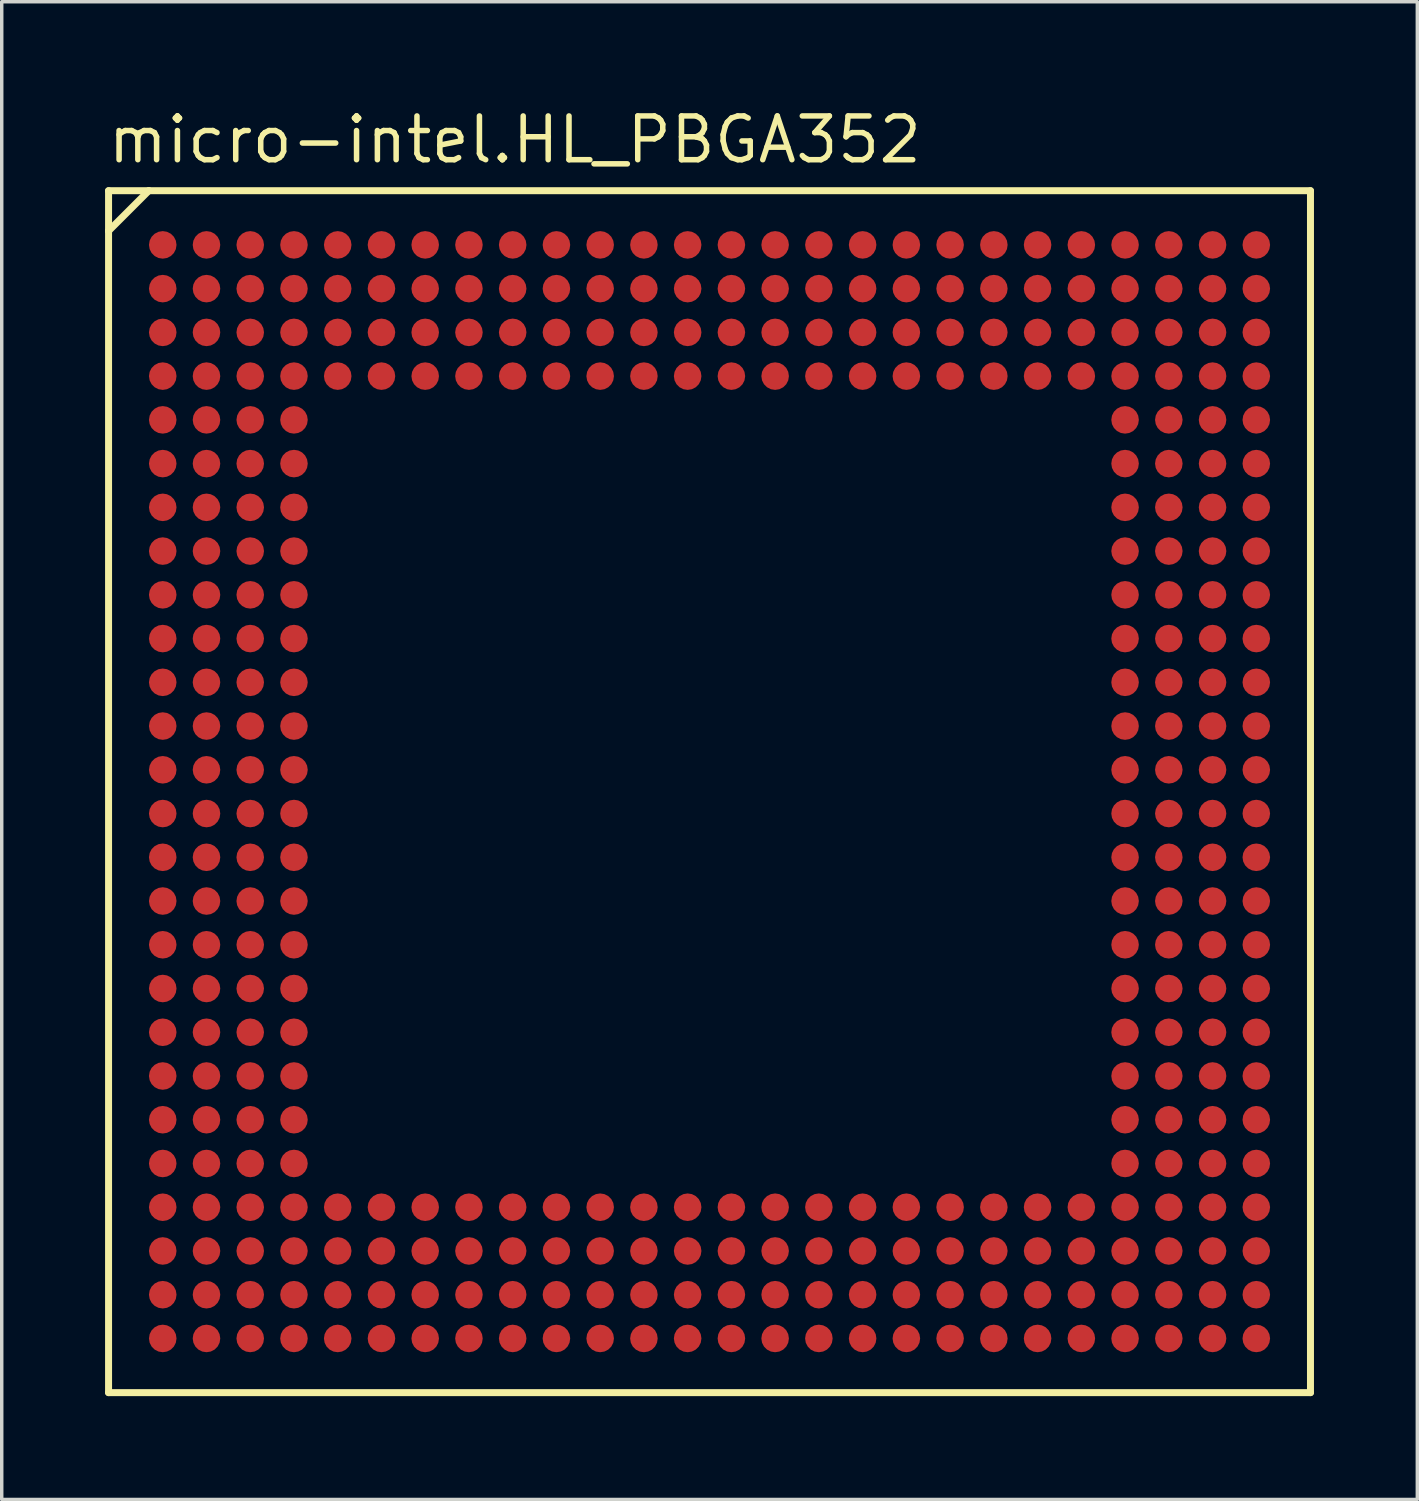
<source format=kicad_pcb>
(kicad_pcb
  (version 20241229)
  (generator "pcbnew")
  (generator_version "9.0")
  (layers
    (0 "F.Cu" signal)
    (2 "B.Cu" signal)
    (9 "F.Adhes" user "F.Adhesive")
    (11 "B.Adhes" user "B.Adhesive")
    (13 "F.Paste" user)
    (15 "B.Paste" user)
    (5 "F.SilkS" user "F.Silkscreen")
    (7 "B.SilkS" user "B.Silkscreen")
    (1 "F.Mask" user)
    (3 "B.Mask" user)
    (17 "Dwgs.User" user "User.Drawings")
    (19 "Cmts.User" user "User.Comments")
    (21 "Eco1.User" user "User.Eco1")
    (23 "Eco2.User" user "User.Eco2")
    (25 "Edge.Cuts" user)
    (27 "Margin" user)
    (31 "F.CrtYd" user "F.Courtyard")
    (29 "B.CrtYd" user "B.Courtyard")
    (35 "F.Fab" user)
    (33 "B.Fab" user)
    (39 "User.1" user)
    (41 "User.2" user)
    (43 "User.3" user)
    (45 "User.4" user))
  (footprint "micro-intel.HL_PBGA352"
    (layer "F.Cu")
    (at 17.55 19.935)
    (property "Reference" "micro-intel.HL_PBGA352" (at -17.55 -18.185 0) (layer "F.SilkS") (effects (font (size 1.27 1.27) (thickness 0.16)) (justify left bottom)))
    (attr smd)
    (fp_circle (center -15.875 -15.875) (end -15.475 -15.875) (stroke (width 0.1) (type default)) (fill no) (layer "F.Mask"))
    (fp_circle (center -15.875 -14.605) (end -15.475 -14.605) (stroke (width 0.1) (type default)) (fill no) (layer "F.Mask"))
    (fp_circle (center -15.875 -13.335) (end -15.475 -13.335) (stroke (width 0.1) (type default)) (fill no) (layer "F.Mask"))
    (fp_circle (center -15.875 -12.065) (end -15.475 -12.065) (stroke (width 0.1) (type default)) (fill no) (layer "F.Mask"))
    (fp_circle (center -15.875 -10.795) (end -15.475 -10.795) (stroke (width 0.1) (type default)) (fill no) (layer "F.Mask"))
    (fp_circle (center -15.875 -9.525) (end -15.475 -9.525) (stroke (width 0.1) (type default)) (fill no) (layer "F.Mask"))
    (fp_circle (center -15.875 -8.255) (end -15.475 -8.255) (stroke (width 0.1) (type default)) (fill no) (layer "F.Mask"))
    (fp_circle (center -15.875 -6.985) (end -15.475 -6.985) (stroke (width 0.1) (type default)) (fill no) (layer "F.Mask"))
    (fp_circle (center -15.875 -5.715) (end -15.475 -5.715) (stroke (width 0.1) (type default)) (fill no) (layer "F.Mask"))
    (fp_circle (center -15.875 -4.445) (end -15.475 -4.445) (stroke (width 0.1) (type default)) (fill no) (layer "F.Mask"))
    (fp_circle (center -15.875 -3.175) (end -15.475 -3.175) (stroke (width 0.1) (type default)) (fill no) (layer "F.Mask"))
    (fp_circle (center -15.875 -1.905) (end -15.475 -1.905) (stroke (width 0.1) (type default)) (fill no) (layer "F.Mask"))
    (fp_circle (center -15.875 -0.635) (end -15.475 -0.635) (stroke (width 0.1) (type default)) (fill no) (layer "F.Mask"))
    (fp_circle (center -15.875 0.635) (end -15.475 0.635) (stroke (width 0.1) (type default)) (fill no) (layer "F.Mask"))
    (fp_circle (center -15.875 1.905) (end -15.475 1.905) (stroke (width 0.1) (type default)) (fill no) (layer "F.Mask"))
    (fp_circle (center -15.875 3.175) (end -15.475 3.175) (stroke (width 0.1) (type default)) (fill no) (layer "F.Mask"))
    (fp_circle (center -15.875 4.445) (end -15.475 4.445) (stroke (width 0.1) (type default)) (fill no) (layer "F.Mask"))
    (fp_circle (center -15.875 5.715) (end -15.475 5.715) (stroke (width 0.1) (type default)) (fill no) (layer "F.Mask"))
    (fp_circle (center -15.875 6.985) (end -15.475 6.985) (stroke (width 0.1) (type default)) (fill no) (layer "F.Mask"))
    (fp_circle (center -15.875 8.255) (end -15.475 8.255) (stroke (width 0.1) (type default)) (fill no) (layer "F.Mask"))
    (fp_circle (center -15.875 9.525) (end -15.475 9.525) (stroke (width 0.1) (type default)) (fill no) (layer "F.Mask"))
    (fp_circle (center -15.875 10.795) (end -15.475 10.795) (stroke (width 0.1) (type default)) (fill no) (layer "F.Mask"))
    (fp_circle (center -15.875 12.065) (end -15.475 12.065) (stroke (width 0.1) (type default)) (fill no) (layer "F.Mask"))
    (fp_circle (center -15.875 13.335) (end -15.475 13.335) (stroke (width 0.1) (type default)) (fill no) (layer "F.Mask"))
    (fp_circle (center -15.875 14.605) (end -15.475 14.605) (stroke (width 0.1) (type default)) (fill no) (layer "F.Mask"))
    (fp_circle (center -15.875 15.875) (end -15.475 15.875) (stroke (width 0.1) (type default)) (fill no) (layer "F.Mask"))
    (fp_circle (center -14.605 -15.875) (end -14.205 -15.875) (stroke (width 0.1) (type default)) (fill no) (layer "F.Mask"))
    (fp_circle (center -14.605 -14.605) (end -14.205 -14.605) (stroke (width 0.1) (type default)) (fill no) (layer "F.Mask"))
    (fp_circle (center -14.605 -13.335) (end -14.205 -13.335) (stroke (width 0.1) (type default)) (fill no) (layer "F.Mask"))
    (fp_circle (center -14.605 -12.065) (end -14.205 -12.065) (stroke (width 0.1) (type default)) (fill no) (layer "F.Mask"))
    (fp_circle (center -14.605 -10.795) (end -14.205 -10.795) (stroke (width 0.1) (type default)) (fill no) (layer "F.Mask"))
    (fp_circle (center -14.605 -9.525) (end -14.205 -9.525) (stroke (width 0.1) (type default)) (fill no) (layer "F.Mask"))
    (fp_circle (center -14.605 -8.255) (end -14.205 -8.255) (stroke (width 0.1) (type default)) (fill no) (layer "F.Mask"))
    (fp_circle (center -14.605 -6.985) (end -14.205 -6.985) (stroke (width 0.1) (type default)) (fill no) (layer "F.Mask"))
    (fp_circle (center -14.605 -5.715) (end -14.205 -5.715) (stroke (width 0.1) (type default)) (fill no) (layer "F.Mask"))
    (fp_circle (center -14.605 -4.445) (end -14.205 -4.445) (stroke (width 0.1) (type default)) (fill no) (layer "F.Mask"))
    (fp_circle (center -14.605 -3.175) (end -14.205 -3.175) (stroke (width 0.1) (type default)) (fill no) (layer "F.Mask"))
    (fp_circle (center -14.605 -1.905) (end -14.205 -1.905) (stroke (width 0.1) (type default)) (fill no) (layer "F.Mask"))
    (fp_circle (center -14.605 -0.635) (end -14.205 -0.635) (stroke (width 0.1) (type default)) (fill no) (layer "F.Mask"))
    (fp_circle (center -14.605 0.635) (end -14.205 0.635) (stroke (width 0.1) (type default)) (fill no) (layer "F.Mask"))
    (fp_circle (center -14.605 1.905) (end -14.205 1.905) (stroke (width 0.1) (type default)) (fill no) (layer "F.Mask"))
    (fp_circle (center -14.605 3.175) (end -14.205 3.175) (stroke (width 0.1) (type default)) (fill no) (layer "F.Mask"))
    (fp_circle (center -14.605 4.445) (end -14.205 4.445) (stroke (width 0.1) (type default)) (fill no) (layer "F.Mask"))
    (fp_circle (center -14.605 5.715) (end -14.205 5.715) (stroke (width 0.1) (type default)) (fill no) (layer "F.Mask"))
    (fp_circle (center -14.605 6.985) (end -14.205 6.985) (stroke (width 0.1) (type default)) (fill no) (layer "F.Mask"))
    (fp_circle (center -14.605 8.255) (end -14.205 8.255) (stroke (width 0.1) (type default)) (fill no) (layer "F.Mask"))
    (fp_circle (center -14.605 9.525) (end -14.205 9.525) (stroke (width 0.1) (type default)) (fill no) (layer "F.Mask"))
    (fp_circle (center -14.605 10.795) (end -14.205 10.795) (stroke (width 0.1) (type default)) (fill no) (layer "F.Mask"))
    (fp_circle (center -14.605 12.065) (end -14.205 12.065) (stroke (width 0.1) (type default)) (fill no) (layer "F.Mask"))
    (fp_circle (center -14.605 13.335) (end -14.205 13.335) (stroke (width 0.1) (type default)) (fill no) (layer "F.Mask"))
    (fp_circle (center -14.605 14.605) (end -14.205 14.605) (stroke (width 0.1) (type default)) (fill no) (layer "F.Mask"))
    (fp_circle (center -14.605 15.875) (end -14.205 15.875) (stroke (width 0.1) (type default)) (fill no) (layer "F.Mask"))
    (fp_circle (center -13.335 -15.875) (end -12.935 -15.875) (stroke (width 0.1) (type default)) (fill no) (layer "F.Mask"))
    (fp_circle (center -13.335 -14.605) (end -12.935 -14.605) (stroke (width 0.1) (type default)) (fill no) (layer "F.Mask"))
    (fp_circle (center -13.335 -13.335) (end -12.935 -13.335) (stroke (width 0.1) (type default)) (fill no) (layer "F.Mask"))
    (fp_circle (center -13.335 -12.065) (end -12.935 -12.065) (stroke (width 0.1) (type default)) (fill no) (layer "F.Mask"))
    (fp_circle (center -13.335 -10.795) (end -12.935 -10.795) (stroke (width 0.1) (type default)) (fill no) (layer "F.Mask"))
    (fp_circle (center -13.335 -9.525) (end -12.935 -9.525) (stroke (width 0.1) (type default)) (fill no) (layer "F.Mask"))
    (fp_circle (center -13.335 -8.255) (end -12.935 -8.255) (stroke (width 0.1) (type default)) (fill no) (layer "F.Mask"))
    (fp_circle (center -13.335 -6.985) (end -12.935 -6.985) (stroke (width 0.1) (type default)) (fill no) (layer "F.Mask"))
    (fp_circle (center -13.335 -5.715) (end -12.935 -5.715) (stroke (width 0.1) (type default)) (fill no) (layer "F.Mask"))
    (fp_circle (center -13.335 -4.445) (end -12.935 -4.445) (stroke (width 0.1) (type default)) (fill no) (layer "F.Mask"))
    (fp_circle (center -13.335 -3.175) (end -12.935 -3.175) (stroke (width 0.1) (type default)) (fill no) (layer "F.Mask"))
    (fp_circle (center -13.335 -1.905) (end -12.935 -1.905) (stroke (width 0.1) (type default)) (fill no) (layer "F.Mask"))
    (fp_circle (center -13.335 -0.635) (end -12.935 -0.635) (stroke (width 0.1) (type default)) (fill no) (layer "F.Mask"))
    (fp_circle (center -13.335 0.635) (end -12.935 0.635) (stroke (width 0.1) (type default)) (fill no) (layer "F.Mask"))
    (fp_circle (center -13.335 1.905) (end -12.935 1.905) (stroke (width 0.1) (type default)) (fill no) (layer "F.Mask"))
    (fp_circle (center -13.335 3.175) (end -12.935 3.175) (stroke (width 0.1) (type default)) (fill no) (layer "F.Mask"))
    (fp_circle (center -13.335 4.445) (end -12.935 4.445) (stroke (width 0.1) (type default)) (fill no) (layer "F.Mask"))
    (fp_circle (center -13.335 5.715) (end -12.935 5.715) (stroke (width 0.1) (type default)) (fill no) (layer "F.Mask"))
    (fp_circle (center -13.335 6.985) (end -12.935 6.985) (stroke (width 0.1) (type default)) (fill no) (layer "F.Mask"))
    (fp_circle (center -13.335 8.255) (end -12.935 8.255) (stroke (width 0.1) (type default)) (fill no) (layer "F.Mask"))
    (fp_circle (center -13.335 9.525) (end -12.935 9.525) (stroke (width 0.1) (type default)) (fill no) (layer "F.Mask"))
    (fp_circle (center -13.335 10.795) (end -12.935 10.795) (stroke (width 0.1) (type default)) (fill no) (layer "F.Mask"))
    (fp_circle (center -13.335 12.065) (end -12.935 12.065) (stroke (width 0.1) (type default)) (fill no) (layer "F.Mask"))
    (fp_circle (center -13.335 13.335) (end -12.935 13.335) (stroke (width 0.1) (type default)) (fill no) (layer "F.Mask"))
    (fp_circle (center -13.335 14.605) (end -12.935 14.605) (stroke (width 0.1) (type default)) (fill no) (layer "F.Mask"))
    (fp_circle (center -13.335 15.875) (end -12.935 15.875) (stroke (width 0.1) (type default)) (fill no) (layer "F.Mask"))
    (fp_circle (center -12.065 -15.875) (end -11.665 -15.875) (stroke (width 0.1) (type default)) (fill no) (layer "F.Mask"))
    (fp_circle (center -12.065 -14.605) (end -11.665 -14.605) (stroke (width 0.1) (type default)) (fill no) (layer "F.Mask"))
    (fp_circle (center -12.065 -13.335) (end -11.665 -13.335) (stroke (width 0.1) (type default)) (fill no) (layer "F.Mask"))
    (fp_circle (center -12.065 -12.065) (end -11.665 -12.065) (stroke (width 0.1) (type default)) (fill no) (layer "F.Mask"))
    (fp_circle (center -12.065 -10.795) (end -11.665 -10.795) (stroke (width 0.1) (type default)) (fill no) (layer "F.Mask"))
    (fp_circle (center -12.065 -9.525) (end -11.665 -9.525) (stroke (width 0.1) (type default)) (fill no) (layer "F.Mask"))
    (fp_circle (center -12.065 -8.255) (end -11.665 -8.255) (stroke (width 0.1) (type default)) (fill no) (layer "F.Mask"))
    (fp_circle (center -12.065 -6.985) (end -11.665 -6.985) (stroke (width 0.1) (type default)) (fill no) (layer "F.Mask"))
    (fp_circle (center -12.065 -5.715) (end -11.665 -5.715) (stroke (width 0.1) (type default)) (fill no) (layer "F.Mask"))
    (fp_circle (center -12.065 -4.445) (end -11.665 -4.445) (stroke (width 0.1) (type default)) (fill no) (layer "F.Mask"))
    (fp_circle (center -12.065 -3.175) (end -11.665 -3.175) (stroke (width 0.1) (type default)) (fill no) (layer "F.Mask"))
    (fp_circle (center -12.065 -1.905) (end -11.665 -1.905) (stroke (width 0.1) (type default)) (fill no) (layer "F.Mask"))
    (fp_circle (center -12.065 -0.635) (end -11.665 -0.635) (stroke (width 0.1) (type default)) (fill no) (layer "F.Mask"))
    (fp_circle (center -12.065 0.635) (end -11.665 0.635) (stroke (width 0.1) (type default)) (fill no) (layer "F.Mask"))
    (fp_circle (center -12.065 1.905) (end -11.665 1.905) (stroke (width 0.1) (type default)) (fill no) (layer "F.Mask"))
    (fp_circle (center -12.065 3.175) (end -11.665 3.175) (stroke (width 0.1) (type default)) (fill no) (layer "F.Mask"))
    (fp_circle (center -12.065 4.445) (end -11.665 4.445) (stroke (width 0.1) (type default)) (fill no) (layer "F.Mask"))
    (fp_circle (center -12.065 5.715) (end -11.665 5.715) (stroke (width 0.1) (type default)) (fill no) (layer "F.Mask"))
    (fp_circle (center -12.065 6.985) (end -11.665 6.985) (stroke (width 0.1) (type default)) (fill no) (layer "F.Mask"))
    (fp_circle (center -12.065 8.255) (end -11.665 8.255) (stroke (width 0.1) (type default)) (fill no) (layer "F.Mask"))
    (fp_circle (center -12.065 9.525) (end -11.665 9.525) (stroke (width 0.1) (type default)) (fill no) (layer "F.Mask"))
    (fp_circle (center -12.065 10.795) (end -11.665 10.795) (stroke (width 0.1) (type default)) (fill no) (layer "F.Mask"))
    (fp_circle (center -12.065 12.065) (end -11.665 12.065) (stroke (width 0.1) (type default)) (fill no) (layer "F.Mask"))
    (fp_circle (center -12.065 13.335) (end -11.665 13.335) (stroke (width 0.1) (type default)) (fill no) (layer "F.Mask"))
    (fp_circle (center -12.065 14.605) (end -11.665 14.605) (stroke (width 0.1) (type default)) (fill no) (layer "F.Mask"))
    (fp_circle (center -12.065 15.875) (end -11.665 15.875) (stroke (width 0.1) (type default)) (fill no) (layer "F.Mask"))
    (fp_circle (center -10.795 -15.875) (end -10.395 -15.875) (stroke (width 0.1) (type default)) (fill no) (layer "F.Mask"))
    (fp_circle (center -10.795 -14.605) (end -10.395 -14.605) (stroke (width 0.1) (type default)) (fill no) (layer "F.Mask"))
    (fp_circle (center -10.795 -13.335) (end -10.395 -13.335) (stroke (width 0.1) (type default)) (fill no) (layer "F.Mask"))
    (fp_circle (center -10.795 -12.065) (end -10.395 -12.065) (stroke (width 0.1) (type default)) (fill no) (layer "F.Mask"))
    (fp_circle (center -10.795 12.065) (end -10.395 12.065) (stroke (width 0.1) (type default)) (fill no) (layer "F.Mask"))
    (fp_circle (center -10.795 13.335) (end -10.395 13.335) (stroke (width 0.1) (type default)) (fill no) (layer "F.Mask"))
    (fp_circle (center -10.795 14.605) (end -10.395 14.605) (stroke (width 0.1) (type default)) (fill no) (layer "F.Mask"))
    (fp_circle (center -10.795 15.875) (end -10.395 15.875) (stroke (width 0.1) (type default)) (fill no) (layer "F.Mask"))
    (fp_circle (center -9.525 -15.875) (end -9.125 -15.875) (stroke (width 0.1) (type default)) (fill no) (layer "F.Mask"))
    (fp_circle (center -9.525 -14.605) (end -9.125 -14.605) (stroke (width 0.1) (type default)) (fill no) (layer "F.Mask"))
    (fp_circle (center -9.525 -13.335) (end -9.125 -13.335) (stroke (width 0.1) (type default)) (fill no) (layer "F.Mask"))
    (fp_circle (center -9.525 -12.065) (end -9.125 -12.065) (stroke (width 0.1) (type default)) (fill no) (layer "F.Mask"))
    (fp_circle (center -9.525 12.065) (end -9.125 12.065) (stroke (width 0.1) (type default)) (fill no) (layer "F.Mask"))
    (fp_circle (center -9.525 13.335) (end -9.125 13.335) (stroke (width 0.1) (type default)) (fill no) (layer "F.Mask"))
    (fp_circle (center -9.525 14.605) (end -9.125 14.605) (stroke (width 0.1) (type default)) (fill no) (layer "F.Mask"))
    (fp_circle (center -9.525 15.875) (end -9.125 15.875) (stroke (width 0.1) (type default)) (fill no) (layer "F.Mask"))
    (fp_circle (center -8.255 -15.875) (end -7.855 -15.875) (stroke (width 0.1) (type default)) (fill no) (layer "F.Mask"))
    (fp_circle (center -8.255 -14.605) (end -7.855 -14.605) (stroke (width 0.1) (type default)) (fill no) (layer "F.Mask"))
    (fp_circle (center -8.255 -13.335) (end -7.855 -13.335) (stroke (width 0.1) (type default)) (fill no) (layer "F.Mask"))
    (fp_circle (center -8.255 -12.065) (end -7.855 -12.065) (stroke (width 0.1) (type default)) (fill no) (layer "F.Mask"))
    (fp_circle (center -8.255 12.065) (end -7.855 12.065) (stroke (width 0.1) (type default)) (fill no) (layer "F.Mask"))
    (fp_circle (center -8.255 13.335) (end -7.855 13.335) (stroke (width 0.1) (type default)) (fill no) (layer "F.Mask"))
    (fp_circle (center -8.255 14.605) (end -7.855 14.605) (stroke (width 0.1) (type default)) (fill no) (layer "F.Mask"))
    (fp_circle (center -8.255 15.875) (end -7.855 15.875) (stroke (width 0.1) (type default)) (fill no) (layer "F.Mask"))
    (fp_circle (center -6.985 -15.875) (end -6.585 -15.875) (stroke (width 0.1) (type default)) (fill no) (layer "F.Mask"))
    (fp_circle (center -6.985 -14.605) (end -6.585 -14.605) (stroke (width 0.1) (type default)) (fill no) (layer "F.Mask"))
    (fp_circle (center -6.985 -13.335) (end -6.585 -13.335) (stroke (width 0.1) (type default)) (fill no) (layer "F.Mask"))
    (fp_circle (center -6.985 -12.065) (end -6.585 -12.065) (stroke (width 0.1) (type default)) (fill no) (layer "F.Mask"))
    (fp_circle (center -6.985 12.065) (end -6.585 12.065) (stroke (width 0.1) (type default)) (fill no) (layer "F.Mask"))
    (fp_circle (center -6.985 13.335) (end -6.585 13.335) (stroke (width 0.1) (type default)) (fill no) (layer "F.Mask"))
    (fp_circle (center -6.985 14.605) (end -6.585 14.605) (stroke (width 0.1) (type default)) (fill no) (layer "F.Mask"))
    (fp_circle (center -6.985 15.875) (end -6.585 15.875) (stroke (width 0.1) (type default)) (fill no) (layer "F.Mask"))
    (fp_circle (center -5.715 -15.875) (end -5.315 -15.875) (stroke (width 0.1) (type default)) (fill no) (layer "F.Mask"))
    (fp_circle (center -5.715 -14.605) (end -5.315 -14.605) (stroke (width 0.1) (type default)) (fill no) (layer "F.Mask"))
    (fp_circle (center -5.715 -13.335) (end -5.315 -13.335) (stroke (width 0.1) (type default)) (fill no) (layer "F.Mask"))
    (fp_circle (center -5.715 -12.065) (end -5.315 -12.065) (stroke (width 0.1) (type default)) (fill no) (layer "F.Mask"))
    (fp_circle (center -5.715 12.065) (end -5.315 12.065) (stroke (width 0.1) (type default)) (fill no) (layer "F.Mask"))
    (fp_circle (center -5.715 13.335) (end -5.315 13.335) (stroke (width 0.1) (type default)) (fill no) (layer "F.Mask"))
    (fp_circle (center -5.715 14.605) (end -5.315 14.605) (stroke (width 0.1) (type default)) (fill no) (layer "F.Mask"))
    (fp_circle (center -5.715 15.875) (end -5.315 15.875) (stroke (width 0.1) (type default)) (fill no) (layer "F.Mask"))
    (fp_circle (center -4.445 -15.875) (end -4.045 -15.875) (stroke (width 0.1) (type default)) (fill no) (layer "F.Mask"))
    (fp_circle (center -4.445 -14.605) (end -4.045 -14.605) (stroke (width 0.1) (type default)) (fill no) (layer "F.Mask"))
    (fp_circle (center -4.445 -13.335) (end -4.045 -13.335) (stroke (width 0.1) (type default)) (fill no) (layer "F.Mask"))
    (fp_circle (center -4.445 -12.065) (end -4.045 -12.065) (stroke (width 0.1) (type default)) (fill no) (layer "F.Mask"))
    (fp_circle (center -4.445 12.065) (end -4.045 12.065) (stroke (width 0.1) (type default)) (fill no) (layer "F.Mask"))
    (fp_circle (center -4.445 13.335) (end -4.045 13.335) (stroke (width 0.1) (type default)) (fill no) (layer "F.Mask"))
    (fp_circle (center -4.445 14.605) (end -4.045 14.605) (stroke (width 0.1) (type default)) (fill no) (layer "F.Mask"))
    (fp_circle (center -4.445 15.875) (end -4.045 15.875) (stroke (width 0.1) (type default)) (fill no) (layer "F.Mask"))
    (fp_circle (center -3.175 -15.875) (end -2.775 -15.875) (stroke (width 0.1) (type default)) (fill no) (layer "F.Mask"))
    (fp_circle (center -3.175 -14.605) (end -2.775 -14.605) (stroke (width 0.1) (type default)) (fill no) (layer "F.Mask"))
    (fp_circle (center -3.175 -13.335) (end -2.775 -13.335) (stroke (width 0.1) (type default)) (fill no) (layer "F.Mask"))
    (fp_circle (center -3.175 -12.065) (end -2.775 -12.065) (stroke (width 0.1) (type default)) (fill no) (layer "F.Mask"))
    (fp_circle (center -3.175 12.065) (end -2.775 12.065) (stroke (width 0.1) (type default)) (fill no) (layer "F.Mask"))
    (fp_circle (center -3.175 13.335) (end -2.775 13.335) (stroke (width 0.1) (type default)) (fill no) (layer "F.Mask"))
    (fp_circle (center -3.175 14.605) (end -2.775 14.605) (stroke (width 0.1) (type default)) (fill no) (layer "F.Mask"))
    (fp_circle (center -3.175 15.875) (end -2.775 15.875) (stroke (width 0.1) (type default)) (fill no) (layer "F.Mask"))
    (fp_circle (center -1.905 -15.875) (end -1.505 -15.875) (stroke (width 0.1) (type default)) (fill no) (layer "F.Mask"))
    (fp_circle (center -1.905 -14.605) (end -1.505 -14.605) (stroke (width 0.1) (type default)) (fill no) (layer "F.Mask"))
    (fp_circle (center -1.905 -13.335) (end -1.505 -13.335) (stroke (width 0.1) (type default)) (fill no) (layer "F.Mask"))
    (fp_circle (center -1.905 -12.065) (end -1.505 -12.065) (stroke (width 0.1) (type default)) (fill no) (layer "F.Mask"))
    (fp_circle (center -1.905 12.065) (end -1.505 12.065) (stroke (width 0.1) (type default)) (fill no) (layer "F.Mask"))
    (fp_circle (center -1.905 13.335) (end -1.505 13.335) (stroke (width 0.1) (type default)) (fill no) (layer "F.Mask"))
    (fp_circle (center -1.905 14.605) (end -1.505 14.605) (stroke (width 0.1) (type default)) (fill no) (layer "F.Mask"))
    (fp_circle (center -1.905 15.875) (end -1.505 15.875) (stroke (width 0.1) (type default)) (fill no) (layer "F.Mask"))
    (fp_circle (center -0.635 -15.875) (end -0.235 -15.875) (stroke (width 0.1) (type default)) (fill no) (layer "F.Mask"))
    (fp_circle (center -0.635 -14.605) (end -0.235 -14.605) (stroke (width 0.1) (type default)) (fill no) (layer "F.Mask"))
    (fp_circle (center -0.635 -13.335) (end -0.235 -13.335) (stroke (width 0.1) (type default)) (fill no) (layer "F.Mask"))
    (fp_circle (center -0.635 -12.065) (end -0.235 -12.065) (stroke (width 0.1) (type default)) (fill no) (layer "F.Mask"))
    (fp_circle (center -0.635 12.065) (end -0.235 12.065) (stroke (width 0.1) (type default)) (fill no) (layer "F.Mask"))
    (fp_circle (center -0.635 13.335) (end -0.235 13.335) (stroke (width 0.1) (type default)) (fill no) (layer "F.Mask"))
    (fp_circle (center -0.635 14.605) (end -0.235 14.605) (stroke (width 0.1) (type default)) (fill no) (layer "F.Mask"))
    (fp_circle (center -0.635 15.875) (end -0.235 15.875) (stroke (width 0.1) (type default)) (fill no) (layer "F.Mask"))
    (fp_circle (center 0.635 -15.875) (end 1.035 -15.875) (stroke (width 0.1) (type default)) (fill no) (layer "F.Mask"))
    (fp_circle (center 0.635 -14.605) (end 1.035 -14.605) (stroke (width 0.1) (type default)) (fill no) (layer "F.Mask"))
    (fp_circle (center 0.635 -13.335) (end 1.035 -13.335) (stroke (width 0.1) (type default)) (fill no) (layer "F.Mask"))
    (fp_circle (center 0.635 -12.065) (end 1.035 -12.065) (stroke (width 0.1) (type default)) (fill no) (layer "F.Mask"))
    (fp_circle (center 0.635 12.065) (end 1.035 12.065) (stroke (width 0.1) (type default)) (fill no) (layer "F.Mask"))
    (fp_circle (center 0.635 13.335) (end 1.035 13.335) (stroke (width 0.1) (type default)) (fill no) (layer "F.Mask"))
    (fp_circle (center 0.635 14.605) (end 1.035 14.605) (stroke (width 0.1) (type default)) (fill no) (layer "F.Mask"))
    (fp_circle (center 0.635 15.875) (end 1.035 15.875) (stroke (width 0.1) (type default)) (fill no) (layer "F.Mask"))
    (fp_circle (center 1.905 -15.875) (end 2.305 -15.875) (stroke (width 0.1) (type default)) (fill no) (layer "F.Mask"))
    (fp_circle (center 1.905 -14.605) (end 2.305 -14.605) (stroke (width 0.1) (type default)) (fill no) (layer "F.Mask"))
    (fp_circle (center 1.905 -13.335) (end 2.305 -13.335) (stroke (width 0.1) (type default)) (fill no) (layer "F.Mask"))
    (fp_circle (center 1.905 -12.065) (end 2.305 -12.065) (stroke (width 0.1) (type default)) (fill no) (layer "F.Mask"))
    (fp_circle (center 1.905 12.065) (end 2.305 12.065) (stroke (width 0.1) (type default)) (fill no) (layer "F.Mask"))
    (fp_circle (center 1.905 13.335) (end 2.305 13.335) (stroke (width 0.1) (type default)) (fill no) (layer "F.Mask"))
    (fp_circle (center 1.905 14.605) (end 2.305 14.605) (stroke (width 0.1) (type default)) (fill no) (layer "F.Mask"))
    (fp_circle (center 1.905 15.875) (end 2.305 15.875) (stroke (width 0.1) (type default)) (fill no) (layer "F.Mask"))
    (fp_circle (center 3.175 -15.875) (end 3.575 -15.875) (stroke (width 0.1) (type default)) (fill no) (layer "F.Mask"))
    (fp_circle (center 3.175 -14.605) (end 3.575 -14.605) (stroke (width 0.1) (type default)) (fill no) (layer "F.Mask"))
    (fp_circle (center 3.175 -13.335) (end 3.575 -13.335) (stroke (width 0.1) (type default)) (fill no) (layer "F.Mask"))
    (fp_circle (center 3.175 -12.065) (end 3.575 -12.065) (stroke (width 0.1) (type default)) (fill no) (layer "F.Mask"))
    (fp_circle (center 3.175 12.065) (end 3.575 12.065) (stroke (width 0.1) (type default)) (fill no) (layer "F.Mask"))
    (fp_circle (center 3.175 13.335) (end 3.575 13.335) (stroke (width 0.1) (type default)) (fill no) (layer "F.Mask"))
    (fp_circle (center 3.175 14.605) (end 3.575 14.605) (stroke (width 0.1) (type default)) (fill no) (layer "F.Mask"))
    (fp_circle (center 3.175 15.875) (end 3.575 15.875) (stroke (width 0.1) (type default)) (fill no) (layer "F.Mask"))
    (fp_circle (center 4.445 -15.875) (end 4.845 -15.875) (stroke (width 0.1) (type default)) (fill no) (layer "F.Mask"))
    (fp_circle (center 4.445 -14.605) (end 4.845 -14.605) (stroke (width 0.1) (type default)) (fill no) (layer "F.Mask"))
    (fp_circle (center 4.445 -13.335) (end 4.845 -13.335) (stroke (width 0.1) (type default)) (fill no) (layer "F.Mask"))
    (fp_circle (center 4.445 -12.065) (end 4.845 -12.065) (stroke (width 0.1) (type default)) (fill no) (layer "F.Mask"))
    (fp_circle (center 4.445 12.065) (end 4.845 12.065) (stroke (width 0.1) (type default)) (fill no) (layer "F.Mask"))
    (fp_circle (center 4.445 13.335) (end 4.845 13.335) (stroke (width 0.1) (type default)) (fill no) (layer "F.Mask"))
    (fp_circle (center 4.445 14.605) (end 4.845 14.605) (stroke (width 0.1) (type default)) (fill no) (layer "F.Mask"))
    (fp_circle (center 4.445 15.875) (end 4.845 15.875) (stroke (width 0.1) (type default)) (fill no) (layer "F.Mask"))
    (fp_circle (center 5.715 -15.875) (end 6.115 -15.875) (stroke (width 0.1) (type default)) (fill no) (layer "F.Mask"))
    (fp_circle (center 5.715 -14.605) (end 6.115 -14.605) (stroke (width 0.1) (type default)) (fill no) (layer "F.Mask"))
    (fp_circle (center 5.715 -13.335) (end 6.115 -13.335) (stroke (width 0.1) (type default)) (fill no) (layer "F.Mask"))
    (fp_circle (center 5.715 -12.065) (end 6.115 -12.065) (stroke (width 0.1) (type default)) (fill no) (layer "F.Mask"))
    (fp_circle (center 5.715 12.065) (end 6.115 12.065) (stroke (width 0.1) (type default)) (fill no) (layer "F.Mask"))
    (fp_circle (center 5.715 13.335) (end 6.115 13.335) (stroke (width 0.1) (type default)) (fill no) (layer "F.Mask"))
    (fp_circle (center 5.715 14.605) (end 6.115 14.605) (stroke (width 0.1) (type default)) (fill no) (layer "F.Mask"))
    (fp_circle (center 5.715 15.875) (end 6.115 15.875) (stroke (width 0.1) (type default)) (fill no) (layer "F.Mask"))
    (fp_circle (center 6.985 -15.875) (end 7.385 -15.875) (stroke (width 0.1) (type default)) (fill no) (layer "F.Mask"))
    (fp_circle (center 6.985 -14.605) (end 7.385 -14.605) (stroke (width 0.1) (type default)) (fill no) (layer "F.Mask"))
    (fp_circle (center 6.985 -13.335) (end 7.385 -13.335) (stroke (width 0.1) (type default)) (fill no) (layer "F.Mask"))
    (fp_circle (center 6.985 -12.065) (end 7.385 -12.065) (stroke (width 0.1) (type default)) (fill no) (layer "F.Mask"))
    (fp_circle (center 6.985 12.065) (end 7.385 12.065) (stroke (width 0.1) (type default)) (fill no) (layer "F.Mask"))
    (fp_circle (center 6.985 13.335) (end 7.385 13.335) (stroke (width 0.1) (type default)) (fill no) (layer "F.Mask"))
    (fp_circle (center 6.985 14.605) (end 7.385 14.605) (stroke (width 0.1) (type default)) (fill no) (layer "F.Mask"))
    (fp_circle (center 6.985 15.875) (end 7.385 15.875) (stroke (width 0.1) (type default)) (fill no) (layer "F.Mask"))
    (fp_circle (center 8.255 -15.875) (end 8.655 -15.875) (stroke (width 0.1) (type default)) (fill no) (layer "F.Mask"))
    (fp_circle (center 8.255 -14.605) (end 8.655 -14.605) (stroke (width 0.1) (type default)) (fill no) (layer "F.Mask"))
    (fp_circle (center 8.255 -13.335) (end 8.655 -13.335) (stroke (width 0.1) (type default)) (fill no) (layer "F.Mask"))
    (fp_circle (center 8.255 -12.065) (end 8.655 -12.065) (stroke (width 0.1) (type default)) (fill no) (layer "F.Mask"))
    (fp_circle (center 8.255 12.065) (end 8.655 12.065) (stroke (width 0.1) (type default)) (fill no) (layer "F.Mask"))
    (fp_circle (center 8.255 13.335) (end 8.655 13.335) (stroke (width 0.1) (type default)) (fill no) (layer "F.Mask"))
    (fp_circle (center 8.255 14.605) (end 8.655 14.605) (stroke (width 0.1) (type default)) (fill no) (layer "F.Mask"))
    (fp_circle (center 8.255 15.875) (end 8.655 15.875) (stroke (width 0.1) (type default)) (fill no) (layer "F.Mask"))
    (fp_circle (center 9.525 -15.875) (end 9.925 -15.875) (stroke (width 0.1) (type default)) (fill no) (layer "F.Mask"))
    (fp_circle (center 9.525 -14.605) (end 9.925 -14.605) (stroke (width 0.1) (type default)) (fill no) (layer "F.Mask"))
    (fp_circle (center 9.525 -13.335) (end 9.925 -13.335) (stroke (width 0.1) (type default)) (fill no) (layer "F.Mask"))
    (fp_circle (center 9.525 -12.065) (end 9.925 -12.065) (stroke (width 0.1) (type default)) (fill no) (layer "F.Mask"))
    (fp_circle (center 9.525 12.065) (end 9.925 12.065) (stroke (width 0.1) (type default)) (fill no) (layer "F.Mask"))
    (fp_circle (center 9.525 13.335) (end 9.925 13.335) (stroke (width 0.1) (type default)) (fill no) (layer "F.Mask"))
    (fp_circle (center 9.525 14.605) (end 9.925 14.605) (stroke (width 0.1) (type default)) (fill no) (layer "F.Mask"))
    (fp_circle (center 9.525 15.875) (end 9.925 15.875) (stroke (width 0.1) (type default)) (fill no) (layer "F.Mask"))
    (fp_circle (center 10.795 -15.875) (end 11.195 -15.875) (stroke (width 0.1) (type default)) (fill no) (layer "F.Mask"))
    (fp_circle (center 10.795 -14.605) (end 11.195 -14.605) (stroke (width 0.1) (type default)) (fill no) (layer "F.Mask"))
    (fp_circle (center 10.795 -13.335) (end 11.195 -13.335) (stroke (width 0.1) (type default)) (fill no) (layer "F.Mask"))
    (fp_circle (center 10.795 -12.065) (end 11.195 -12.065) (stroke (width 0.1) (type default)) (fill no) (layer "F.Mask"))
    (fp_circle (center 10.795 12.065) (end 11.195 12.065) (stroke (width 0.1) (type default)) (fill no) (layer "F.Mask"))
    (fp_circle (center 10.795 13.335) (end 11.195 13.335) (stroke (width 0.1) (type default)) (fill no) (layer "F.Mask"))
    (fp_circle (center 10.795 14.605) (end 11.195 14.605) (stroke (width 0.1) (type default)) (fill no) (layer "F.Mask"))
    (fp_circle (center 10.795 15.875) (end 11.195 15.875) (stroke (width 0.1) (type default)) (fill no) (layer "F.Mask"))
    (fp_circle (center 12.065 -15.875) (end 12.465 -15.875) (stroke (width 0.1) (type default)) (fill no) (layer "F.Mask"))
    (fp_circle (center 12.065 -14.605) (end 12.465 -14.605) (stroke (width 0.1) (type default)) (fill no) (layer "F.Mask"))
    (fp_circle (center 12.065 -13.335) (end 12.465 -13.335) (stroke (width 0.1) (type default)) (fill no) (layer "F.Mask"))
    (fp_circle (center 12.065 -12.065) (end 12.465 -12.065) (stroke (width 0.1) (type default)) (fill no) (layer "F.Mask"))
    (fp_circle (center 12.065 -10.795) (end 12.465 -10.795) (stroke (width 0.1) (type default)) (fill no) (layer "F.Mask"))
    (fp_circle (center 12.065 -9.525) (end 12.465 -9.525) (stroke (width 0.1) (type default)) (fill no) (layer "F.Mask"))
    (fp_circle (center 12.065 -8.255) (end 12.465 -8.255) (stroke (width 0.1) (type default)) (fill no) (layer "F.Mask"))
    (fp_circle (center 12.065 -6.985) (end 12.465 -6.985) (stroke (width 0.1) (type default)) (fill no) (layer "F.Mask"))
    (fp_circle (center 12.065 -5.715) (end 12.465 -5.715) (stroke (width 0.1) (type default)) (fill no) (layer "F.Mask"))
    (fp_circle (center 12.065 -4.445) (end 12.465 -4.445) (stroke (width 0.1) (type default)) (fill no) (layer "F.Mask"))
    (fp_circle (center 12.065 -3.175) (end 12.465 -3.175) (stroke (width 0.1) (type default)) (fill no) (layer "F.Mask"))
    (fp_circle (center 12.065 -1.905) (end 12.465 -1.905) (stroke (width 0.1) (type default)) (fill no) (layer "F.Mask"))
    (fp_circle (center 12.065 -0.635) (end 12.465 -0.635) (stroke (width 0.1) (type default)) (fill no) (layer "F.Mask"))
    (fp_circle (center 12.065 0.635) (end 12.465 0.635) (stroke (width 0.1) (type default)) (fill no) (layer "F.Mask"))
    (fp_circle (center 12.065 1.905) (end 12.465 1.905) (stroke (width 0.1) (type default)) (fill no) (layer "F.Mask"))
    (fp_circle (center 12.065 3.175) (end 12.465 3.175) (stroke (width 0.1) (type default)) (fill no) (layer "F.Mask"))
    (fp_circle (center 12.065 4.445) (end 12.465 4.445) (stroke (width 0.1) (type default)) (fill no) (layer "F.Mask"))
    (fp_circle (center 12.065 5.715) (end 12.465 5.715) (stroke (width 0.1) (type default)) (fill no) (layer "F.Mask"))
    (fp_circle (center 12.065 6.985) (end 12.465 6.985) (stroke (width 0.1) (type default)) (fill no) (layer "F.Mask"))
    (fp_circle (center 12.065 8.255) (end 12.465 8.255) (stroke (width 0.1) (type default)) (fill no) (layer "F.Mask"))
    (fp_circle (center 12.065 9.525) (end 12.465 9.525) (stroke (width 0.1) (type default)) (fill no) (layer "F.Mask"))
    (fp_circle (center 12.065 10.795) (end 12.465 10.795) (stroke (width 0.1) (type default)) (fill no) (layer "F.Mask"))
    (fp_circle (center 12.065 12.065) (end 12.465 12.065) (stroke (width 0.1) (type default)) (fill no) (layer "F.Mask"))
    (fp_circle (center 12.065 13.335) (end 12.465 13.335) (stroke (width 0.1) (type default)) (fill no) (layer "F.Mask"))
    (fp_circle (center 12.065 14.605) (end 12.465 14.605) (stroke (width 0.1) (type default)) (fill no) (layer "F.Mask"))
    (fp_circle (center 12.065 15.875) (end 12.465 15.875) (stroke (width 0.1) (type default)) (fill no) (layer "F.Mask"))
    (fp_circle (center 13.335 -15.875) (end 13.735 -15.875) (stroke (width 0.1) (type default)) (fill no) (layer "F.Mask"))
    (fp_circle (center 13.335 -14.605) (end 13.735 -14.605) (stroke (width 0.1) (type default)) (fill no) (layer "F.Mask"))
    (fp_circle (center 13.335 -13.335) (end 13.735 -13.335) (stroke (width 0.1) (type default)) (fill no) (layer "F.Mask"))
    (fp_circle (center 13.335 -12.065) (end 13.735 -12.065) (stroke (width 0.1) (type default)) (fill no) (layer "F.Mask"))
    (fp_circle (center 13.335 -10.795) (end 13.735 -10.795) (stroke (width 0.1) (type default)) (fill no) (layer "F.Mask"))
    (fp_circle (center 13.335 -9.525) (end 13.735 -9.525) (stroke (width 0.1) (type default)) (fill no) (layer "F.Mask"))
    (fp_circle (center 13.335 -8.255) (end 13.735 -8.255) (stroke (width 0.1) (type default)) (fill no) (layer "F.Mask"))
    (fp_circle (center 13.335 -6.985) (end 13.735 -6.985) (stroke (width 0.1) (type default)) (fill no) (layer "F.Mask"))
    (fp_circle (center 13.335 -5.715) (end 13.735 -5.715) (stroke (width 0.1) (type default)) (fill no) (layer "F.Mask"))
    (fp_circle (center 13.335 -4.445) (end 13.735 -4.445) (stroke (width 0.1) (type default)) (fill no) (layer "F.Mask"))
    (fp_circle (center 13.335 -3.175) (end 13.735 -3.175) (stroke (width 0.1) (type default)) (fill no) (layer "F.Mask"))
    (fp_circle (center 13.335 -1.905) (end 13.735 -1.905) (stroke (width 0.1) (type default)) (fill no) (layer "F.Mask"))
    (fp_circle (center 13.335 -0.635) (end 13.735 -0.635) (stroke (width 0.1) (type default)) (fill no) (layer "F.Mask"))
    (fp_circle (center 13.335 0.635) (end 13.735 0.635) (stroke (width 0.1) (type default)) (fill no) (layer "F.Mask"))
    (fp_circle (center 13.335 1.905) (end 13.735 1.905) (stroke (width 0.1) (type default)) (fill no) (layer "F.Mask"))
    (fp_circle (center 13.335 3.175) (end 13.735 3.175) (stroke (width 0.1) (type default)) (fill no) (layer "F.Mask"))
    (fp_circle (center 13.335 4.445) (end 13.735 4.445) (stroke (width 0.1) (type default)) (fill no) (layer "F.Mask"))
    (fp_circle (center 13.335 5.715) (end 13.735 5.715) (stroke (width 0.1) (type default)) (fill no) (layer "F.Mask"))
    (fp_circle (center 13.335 6.985) (end 13.735 6.985) (stroke (width 0.1) (type default)) (fill no) (layer "F.Mask"))
    (fp_circle (center 13.335 8.255) (end 13.735 8.255) (stroke (width 0.1) (type default)) (fill no) (layer "F.Mask"))
    (fp_circle (center 13.335 9.525) (end 13.735 9.525) (stroke (width 0.1) (type default)) (fill no) (layer "F.Mask"))
    (fp_circle (center 13.335 10.795) (end 13.735 10.795) (stroke (width 0.1) (type default)) (fill no) (layer "F.Mask"))
    (fp_circle (center 13.335 12.065) (end 13.735 12.065) (stroke (width 0.1) (type default)) (fill no) (layer "F.Mask"))
    (fp_circle (center 13.335 13.335) (end 13.735 13.335) (stroke (width 0.1) (type default)) (fill no) (layer "F.Mask"))
    (fp_circle (center 13.335 14.605) (end 13.735 14.605) (stroke (width 0.1) (type default)) (fill no) (layer "F.Mask"))
    (fp_circle (center 13.335 15.875) (end 13.735 15.875) (stroke (width 0.1) (type default)) (fill no) (layer "F.Mask"))
    (fp_circle (center 14.605 -15.875) (end 15.005 -15.875) (stroke (width 0.1) (type default)) (fill no) (layer "F.Mask"))
    (fp_circle (center 14.605 -14.605) (end 15.005 -14.605) (stroke (width 0.1) (type default)) (fill no) (layer "F.Mask"))
    (fp_circle (center 14.605 -13.335) (end 15.005 -13.335) (stroke (width 0.1) (type default)) (fill no) (layer "F.Mask"))
    (fp_circle (center 14.605 -12.065) (end 15.005 -12.065) (stroke (width 0.1) (type default)) (fill no) (layer "F.Mask"))
    (fp_circle (center 14.605 -10.795) (end 15.005 -10.795) (stroke (width 0.1) (type default)) (fill no) (layer "F.Mask"))
    (fp_circle (center 14.605 -9.525) (end 15.005 -9.525) (stroke (width 0.1) (type default)) (fill no) (layer "F.Mask"))
    (fp_circle (center 14.605 -8.255) (end 15.005 -8.255) (stroke (width 0.1) (type default)) (fill no) (layer "F.Mask"))
    (fp_circle (center 14.605 -6.985) (end 15.005 -6.985) (stroke (width 0.1) (type default)) (fill no) (layer "F.Mask"))
    (fp_circle (center 14.605 -5.715) (end 15.005 -5.715) (stroke (width 0.1) (type default)) (fill no) (layer "F.Mask"))
    (fp_circle (center 14.605 -4.445) (end 15.005 -4.445) (stroke (width 0.1) (type default)) (fill no) (layer "F.Mask"))
    (fp_circle (center 14.605 -3.175) (end 15.005 -3.175) (stroke (width 0.1) (type default)) (fill no) (layer "F.Mask"))
    (fp_circle (center 14.605 -1.905) (end 15.005 -1.905) (stroke (width 0.1) (type default)) (fill no) (layer "F.Mask"))
    (fp_circle (center 14.605 -0.635) (end 15.005 -0.635) (stroke (width 0.1) (type default)) (fill no) (layer "F.Mask"))
    (fp_circle (center 14.605 0.635) (end 15.005 0.635) (stroke (width 0.1) (type default)) (fill no) (layer "F.Mask"))
    (fp_circle (center 14.605 1.905) (end 15.005 1.905) (stroke (width 0.1) (type default)) (fill no) (layer "F.Mask"))
    (fp_circle (center 14.605 3.175) (end 15.005 3.175) (stroke (width 0.1) (type default)) (fill no) (layer "F.Mask"))
    (fp_circle (center 14.605 4.445) (end 15.005 4.445) (stroke (width 0.1) (type default)) (fill no) (layer "F.Mask"))
    (fp_circle (center 14.605 5.715) (end 15.005 5.715) (stroke (width 0.1) (type default)) (fill no) (layer "F.Mask"))
    (fp_circle (center 14.605 6.985) (end 15.005 6.985) (stroke (width 0.1) (type default)) (fill no) (layer "F.Mask"))
    (fp_circle (center 14.605 8.255) (end 15.005 8.255) (stroke (width 0.1) (type default)) (fill no) (layer "F.Mask"))
    (fp_circle (center 14.605 9.525) (end 15.005 9.525) (stroke (width 0.1) (type default)) (fill no) (layer "F.Mask"))
    (fp_circle (center 14.605 10.795) (end 15.005 10.795) (stroke (width 0.1) (type default)) (fill no) (layer "F.Mask"))
    (fp_circle (center 14.605 12.065) (end 15.005 12.065) (stroke (width 0.1) (type default)) (fill no) (layer "F.Mask"))
    (fp_circle (center 14.605 13.335) (end 15.005 13.335) (stroke (width 0.1) (type default)) (fill no) (layer "F.Mask"))
    (fp_circle (center 14.605 14.605) (end 15.005 14.605) (stroke (width 0.1) (type default)) (fill no) (layer "F.Mask"))
    (fp_circle (center 14.605 15.875) (end 15.005 15.875) (stroke (width 0.1) (type default)) (fill no) (layer "F.Mask"))
    (fp_circle (center 15.875 -15.875) (end 16.275 -15.875) (stroke (width 0.1) (type default)) (fill no) (layer "F.Mask"))
    (fp_circle (center 15.875 -14.605) (end 16.275 -14.605) (stroke (width 0.1) (type default)) (fill no) (layer "F.Mask"))
    (fp_circle (center 15.875 -13.335) (end 16.275 -13.335) (stroke (width 0.1) (type default)) (fill no) (layer "F.Mask"))
    (fp_circle (center 15.875 -12.065) (end 16.275 -12.065) (stroke (width 0.1) (type default)) (fill no) (layer "F.Mask"))
    (fp_circle (center 15.875 -10.795) (end 16.275 -10.795) (stroke (width 0.1) (type default)) (fill no) (layer "F.Mask"))
    (fp_circle (center 15.875 -9.525) (end 16.275 -9.525) (stroke (width 0.1) (type default)) (fill no) (layer "F.Mask"))
    (fp_circle (center 15.875 -8.255) (end 16.275 -8.255) (stroke (width 0.1) (type default)) (fill no) (layer "F.Mask"))
    (fp_circle (center 15.875 -6.985) (end 16.275 -6.985) (stroke (width 0.1) (type default)) (fill no) (layer "F.Mask"))
    (fp_circle (center 15.875 -5.715) (end 16.275 -5.715) (stroke (width 0.1) (type default)) (fill no) (layer "F.Mask"))
    (fp_circle (center 15.875 -4.445) (end 16.275 -4.445) (stroke (width 0.1) (type default)) (fill no) (layer "F.Mask"))
    (fp_circle (center 15.875 -3.175) (end 16.275 -3.175) (stroke (width 0.1) (type default)) (fill no) (layer "F.Mask"))
    (fp_circle (center 15.875 -1.905) (end 16.275 -1.905) (stroke (width 0.1) (type default)) (fill no) (layer "F.Mask"))
    (fp_circle (center 15.875 -0.635) (end 16.275 -0.635) (stroke (width 0.1) (type default)) (fill no) (layer "F.Mask"))
    (fp_circle (center 15.875 0.635) (end 16.275 0.635) (stroke (width 0.1) (type default)) (fill no) (layer "F.Mask"))
    (fp_circle (center 15.875 1.905) (end 16.275 1.905) (stroke (width 0.1) (type default)) (fill no) (layer "F.Mask"))
    (fp_circle (center 15.875 3.175) (end 16.275 3.175) (stroke (width 0.1) (type default)) (fill no) (layer "F.Mask"))
    (fp_circle (center 15.875 4.445) (end 16.275 4.445) (stroke (width 0.1) (type default)) (fill no) (layer "F.Mask"))
    (fp_circle (center 15.875 5.715) (end 16.275 5.715) (stroke (width 0.1) (type default)) (fill no) (layer "F.Mask"))
    (fp_circle (center 15.875 6.985) (end 16.275 6.985) (stroke (width 0.1) (type default)) (fill no) (layer "F.Mask"))
    (fp_circle (center 15.875 8.255) (end 16.275 8.255) (stroke (width 0.1) (type default)) (fill no) (layer "F.Mask"))
    (fp_circle (center 15.875 9.525) (end 16.275 9.525) (stroke (width 0.1) (type default)) (fill no) (layer "F.Mask"))
    (fp_circle (center 15.875 10.795) (end 16.275 10.795) (stroke (width 0.1) (type default)) (fill no) (layer "F.Mask"))
    (fp_circle (center 15.875 12.065) (end 16.275 12.065) (stroke (width 0.1) (type default)) (fill no) (layer "F.Mask"))
    (fp_circle (center 15.875 13.335) (end 16.275 13.335) (stroke (width 0.1) (type default)) (fill no) (layer "F.Mask"))
    (fp_circle (center 15.875 14.605) (end 16.275 14.605) (stroke (width 0.1) (type default)) (fill no) (layer "F.Mask"))
    (fp_circle (center 15.875 15.875) (end 16.275 15.875) (stroke (width 0.1) (type default)) (fill no) (layer "F.Mask"))
    (fp_line (start -17.448 -17.448) (end -17.448 -16.28) (stroke (width 0.203) (type default)) (layer "F.SilkS"))
    (fp_line (start -17.448 -16.28) (end -17.448 17.448) (stroke (width 0.203) (type default)) (layer "F.SilkS"))
    (fp_line (start -17.448 -16.28) (end -16.28 -17.448) (stroke (width 0.203) (type default)) (layer "F.SilkS"))
    (fp_line (start -17.448 17.448) (end 17.448 17.448) (stroke (width 0.203) (type default)) (layer "F.SilkS"))
    (fp_line (start -16.28 -17.448) (end -17.448 -17.448) (stroke (width 0.203) (type default)) (layer "F.SilkS"))
    (fp_line (start 17.448 -17.448) (end -16.28 -17.448) (stroke (width 0.203) (type default)) (layer "F.SilkS"))
    (fp_line (start 17.448 17.448) (end 17.448 -17.448) (stroke (width 0.203) (type default)) (layer "F.SilkS"))
    (pad "A1" smd roundrect (at -15.875 -15.875) (size 0.8 0.8) (layers "F.Cu" "F.Mask" "F.Paste") (roundrect_rratio 0.5))
    (pad "A2" smd roundrect (at -14.605 -15.875) (size 0.8 0.8) (layers "F.Cu" "F.Mask" "F.Paste") (roundrect_rratio 0.5))
    (pad "A3" smd roundrect (at -13.335 -15.875) (size 0.8 0.8) (layers "F.Cu" "F.Mask" "F.Paste") (roundrect_rratio 0.5))
    (pad "A4" smd roundrect (at -12.065 -15.875) (size 0.8 0.8) (layers "F.Cu" "F.Mask" "F.Paste") (roundrect_rratio 0.5))
    (pad "A5" smd roundrect (at -10.795 -15.875) (size 0.8 0.8) (layers "F.Cu" "F.Mask" "F.Paste") (roundrect_rratio 0.5))
    (pad "A6" smd roundrect (at -9.525 -15.875) (size 0.8 0.8) (layers "F.Cu" "F.Mask" "F.Paste") (roundrect_rratio 0.5))
    (pad "A7" smd roundrect (at -8.255 -15.875) (size 0.8 0.8) (layers "F.Cu" "F.Mask" "F.Paste") (roundrect_rratio 0.5))
    (pad "A8" smd roundrect (at -6.985 -15.875) (size 0.8 0.8) (layers "F.Cu" "F.Mask" "F.Paste") (roundrect_rratio 0.5))
    (pad "A9" smd roundrect (at -5.715 -15.875) (size 0.8 0.8) (layers "F.Cu" "F.Mask" "F.Paste") (roundrect_rratio 0.5))
    (pad "A10" smd roundrect (at -4.445 -15.875) (size 0.8 0.8) (layers "F.Cu" "F.Mask" "F.Paste") (roundrect_rratio 0.5))
    (pad "A11" smd roundrect (at -3.175 -15.875) (size 0.8 0.8) (layers "F.Cu" "F.Mask" "F.Paste") (roundrect_rratio 0.5))
    (pad "A12" smd roundrect (at -1.905 -15.875) (size 0.8 0.8) (layers "F.Cu" "F.Mask" "F.Paste") (roundrect_rratio 0.5))
    (pad "A13" smd roundrect (at -0.635 -15.875) (size 0.8 0.8) (layers "F.Cu" "F.Mask" "F.Paste") (roundrect_rratio 0.5))
    (pad "A14" smd roundrect (at 0.635 -15.875) (size 0.8 0.8) (layers "F.Cu" "F.Mask" "F.Paste") (roundrect_rratio 0.5))
    (pad "A15" smd roundrect (at 1.905 -15.875) (size 0.8 0.8) (layers "F.Cu" "F.Mask" "F.Paste") (roundrect_rratio 0.5))
    (pad "A16" smd roundrect (at 3.175 -15.875) (size 0.8 0.8) (layers "F.Cu" "F.Mask" "F.Paste") (roundrect_rratio 0.5))
    (pad "A17" smd roundrect (at 4.445 -15.875) (size 0.8 0.8) (layers "F.Cu" "F.Mask" "F.Paste") (roundrect_rratio 0.5))
    (pad "A18" smd roundrect (at 5.715 -15.875) (size 0.8 0.8) (layers "F.Cu" "F.Mask" "F.Paste") (roundrect_rratio 0.5))
    (pad "A19" smd roundrect (at 6.985 -15.875) (size 0.8 0.8) (layers "F.Cu" "F.Mask" "F.Paste") (roundrect_rratio 0.5))
    (pad "A20" smd roundrect (at 8.255 -15.875) (size 0.8 0.8) (layers "F.Cu" "F.Mask" "F.Paste") (roundrect_rratio 0.5))
    (pad "A21" smd roundrect (at 9.525 -15.875) (size 0.8 0.8) (layers "F.Cu" "F.Mask" "F.Paste") (roundrect_rratio 0.5))
    (pad "A22" smd roundrect (at 10.795 -15.875) (size 0.8 0.8) (layers "F.Cu" "F.Mask" "F.Paste") (roundrect_rratio 0.5))
    (pad "A23" smd roundrect (at 12.065 -15.875) (size 0.8 0.8) (layers "F.Cu" "F.Mask" "F.Paste") (roundrect_rratio 0.5))
    (pad "A24" smd roundrect (at 13.335 -15.875) (size 0.8 0.8) (layers "F.Cu" "F.Mask" "F.Paste") (roundrect_rratio 0.5))
    (pad "A25" smd roundrect (at 14.605 -15.875) (size 0.8 0.8) (layers "F.Cu" "F.Mask" "F.Paste") (roundrect_rratio 0.5))
    (pad "A26" smd roundrect (at 15.875 -15.875) (size 0.8 0.8) (layers "F.Cu" "F.Mask" "F.Paste") (roundrect_rratio 0.5))
    (pad "AA1" smd roundrect (at -15.875 9.525) (size 0.8 0.8) (layers "F.Cu" "F.Mask" "F.Paste") (roundrect_rratio 0.5))
    (pad "AA2" smd roundrect (at -14.605 9.525) (size 0.8 0.8) (layers "F.Cu" "F.Mask" "F.Paste") (roundrect_rratio 0.5))
    (pad "AA3" smd roundrect (at -13.335 9.525) (size 0.8 0.8) (layers "F.Cu" "F.Mask" "F.Paste") (roundrect_rratio 0.5))
    (pad "AA4" smd roundrect (at -12.065 9.525) (size 0.8 0.8) (layers "F.Cu" "F.Mask" "F.Paste") (roundrect_rratio 0.5))
    (pad "AA23" smd roundrect (at 12.065 9.525) (size 0.8 0.8) (layers "F.Cu" "F.Mask" "F.Paste") (roundrect_rratio 0.5))
    (pad "AA24" smd roundrect (at 13.335 9.525) (size 0.8 0.8) (layers "F.Cu" "F.Mask" "F.Paste") (roundrect_rratio 0.5))
    (pad "AA25" smd roundrect (at 14.605 9.525) (size 0.8 0.8) (layers "F.Cu" "F.Mask" "F.Paste") (roundrect_rratio 0.5))
    (pad "AA26" smd roundrect (at 15.875 9.525) (size 0.8 0.8) (layers "F.Cu" "F.Mask" "F.Paste") (roundrect_rratio 0.5))
    (pad "AB1" smd roundrect (at -15.875 10.795) (size 0.8 0.8) (layers "F.Cu" "F.Mask" "F.Paste") (roundrect_rratio 0.5))
    (pad "AB2" smd roundrect (at -14.605 10.795) (size 0.8 0.8) (layers "F.Cu" "F.Mask" "F.Paste") (roundrect_rratio 0.5))
    (pad "AB3" smd roundrect (at -13.335 10.795) (size 0.8 0.8) (layers "F.Cu" "F.Mask" "F.Paste") (roundrect_rratio 0.5))
    (pad "AB4" smd roundrect (at -12.065 10.795) (size 0.8 0.8) (layers "F.Cu" "F.Mask" "F.Paste") (roundrect_rratio 0.5))
    (pad "AB23" smd roundrect (at 12.065 10.795) (size 0.8 0.8) (layers "F.Cu" "F.Mask" "F.Paste") (roundrect_rratio 0.5))
    (pad "AB24" smd roundrect (at 13.335 10.795) (size 0.8 0.8) (layers "F.Cu" "F.Mask" "F.Paste") (roundrect_rratio 0.5))
    (pad "AB25" smd roundrect (at 14.605 10.795) (size 0.8 0.8) (layers "F.Cu" "F.Mask" "F.Paste") (roundrect_rratio 0.5))
    (pad "AB26" smd roundrect (at 15.875 10.795) (size 0.8 0.8) (layers "F.Cu" "F.Mask" "F.Paste") (roundrect_rratio 0.5))
    (pad "AC1" smd roundrect (at -15.875 12.065) (size 0.8 0.8) (layers "F.Cu" "F.Mask" "F.Paste") (roundrect_rratio 0.5))
    (pad "AC2" smd roundrect (at -14.605 12.065) (size 0.8 0.8) (layers "F.Cu" "F.Mask" "F.Paste") (roundrect_rratio 0.5))
    (pad "AC3" smd roundrect (at -13.335 12.065) (size 0.8 0.8) (layers "F.Cu" "F.Mask" "F.Paste") (roundrect_rratio 0.5))
    (pad "AC4" smd roundrect (at -12.065 12.065) (size 0.8 0.8) (layers "F.Cu" "F.Mask" "F.Paste") (roundrect_rratio 0.5))
    (pad "AC5" smd roundrect (at -10.795 12.065) (size 0.8 0.8) (layers "F.Cu" "F.Mask" "F.Paste") (roundrect_rratio 0.5))
    (pad "AC6" smd roundrect (at -9.525 12.065) (size 0.8 0.8) (layers "F.Cu" "F.Mask" "F.Paste") (roundrect_rratio 0.5))
    (pad "AC7" smd roundrect (at -8.255 12.065) (size 0.8 0.8) (layers "F.Cu" "F.Mask" "F.Paste") (roundrect_rratio 0.5))
    (pad "AC8" smd roundrect (at -6.985 12.065) (size 0.8 0.8) (layers "F.Cu" "F.Mask" "F.Paste") (roundrect_rratio 0.5))
    (pad "AC9" smd roundrect (at -5.715 12.065) (size 0.8 0.8) (layers "F.Cu" "F.Mask" "F.Paste") (roundrect_rratio 0.5))
    (pad "AC10" smd roundrect (at -4.445 12.065) (size 0.8 0.8) (layers "F.Cu" "F.Mask" "F.Paste") (roundrect_rratio 0.5))
    (pad "AC11" smd roundrect (at -3.175 12.065) (size 0.8 0.8) (layers "F.Cu" "F.Mask" "F.Paste") (roundrect_rratio 0.5))
    (pad "AC12" smd roundrect (at -1.905 12.065) (size 0.8 0.8) (layers "F.Cu" "F.Mask" "F.Paste") (roundrect_rratio 0.5))
    (pad "AC13" smd roundrect (at -0.635 12.065) (size 0.8 0.8) (layers "F.Cu" "F.Mask" "F.Paste") (roundrect_rratio 0.5))
    (pad "AC14" smd roundrect (at 0.635 12.065) (size 0.8 0.8) (layers "F.Cu" "F.Mask" "F.Paste") (roundrect_rratio 0.5))
    (pad "AC15" smd roundrect (at 1.905 12.065) (size 0.8 0.8) (layers "F.Cu" "F.Mask" "F.Paste") (roundrect_rratio 0.5))
    (pad "AC16" smd roundrect (at 3.175 12.065) (size 0.8 0.8) (layers "F.Cu" "F.Mask" "F.Paste") (roundrect_rratio 0.5))
    (pad "AC17" smd roundrect (at 4.445 12.065) (size 0.8 0.8) (layers "F.Cu" "F.Mask" "F.Paste") (roundrect_rratio 0.5))
    (pad "AC18" smd roundrect (at 5.715 12.065) (size 0.8 0.8) (layers "F.Cu" "F.Mask" "F.Paste") (roundrect_rratio 0.5))
    (pad "AC19" smd roundrect (at 6.985 12.065) (size 0.8 0.8) (layers "F.Cu" "F.Mask" "F.Paste") (roundrect_rratio 0.5))
    (pad "AC20" smd roundrect (at 8.255 12.065) (size 0.8 0.8) (layers "F.Cu" "F.Mask" "F.Paste") (roundrect_rratio 0.5))
    (pad "AC21" smd roundrect (at 9.525 12.065) (size 0.8 0.8) (layers "F.Cu" "F.Mask" "F.Paste") (roundrect_rratio 0.5))
    (pad "AC22" smd roundrect (at 10.795 12.065) (size 0.8 0.8) (layers "F.Cu" "F.Mask" "F.Paste") (roundrect_rratio 0.5))
    (pad "AC23" smd roundrect (at 12.065 12.065) (size 0.8 0.8) (layers "F.Cu" "F.Mask" "F.Paste") (roundrect_rratio 0.5))
    (pad "AC24" smd roundrect (at 13.335 12.065) (size 0.8 0.8) (layers "F.Cu" "F.Mask" "F.Paste") (roundrect_rratio 0.5))
    (pad "AC25" smd roundrect (at 14.605 12.065) (size 0.8 0.8) (layers "F.Cu" "F.Mask" "F.Paste") (roundrect_rratio 0.5))
    (pad "AC26" smd roundrect (at 15.875 12.065) (size 0.8 0.8) (layers "F.Cu" "F.Mask" "F.Paste") (roundrect_rratio 0.5))
    (pad "AD1" smd roundrect (at -15.875 13.335) (size 0.8 0.8) (layers "F.Cu" "F.Mask" "F.Paste") (roundrect_rratio 0.5))
    (pad "AD2" smd roundrect (at -14.605 13.335) (size 0.8 0.8) (layers "F.Cu" "F.Mask" "F.Paste") (roundrect_rratio 0.5))
    (pad "AD3" smd roundrect (at -13.335 13.335) (size 0.8 0.8) (layers "F.Cu" "F.Mask" "F.Paste") (roundrect_rratio 0.5))
    (pad "AD4" smd roundrect (at -12.065 13.335) (size 0.8 0.8) (layers "F.Cu" "F.Mask" "F.Paste") (roundrect_rratio 0.5))
    (pad "AD5" smd roundrect (at -10.795 13.335) (size 0.8 0.8) (layers "F.Cu" "F.Mask" "F.Paste") (roundrect_rratio 0.5))
    (pad "AD6" smd roundrect (at -9.525 13.335) (size 0.8 0.8) (layers "F.Cu" "F.Mask" "F.Paste") (roundrect_rratio 0.5))
    (pad "AD7" smd roundrect (at -8.255 13.335) (size 0.8 0.8) (layers "F.Cu" "F.Mask" "F.Paste") (roundrect_rratio 0.5))
    (pad "AD8" smd roundrect (at -6.985 13.335) (size 0.8 0.8) (layers "F.Cu" "F.Mask" "F.Paste") (roundrect_rratio 0.5))
    (pad "AD9" smd roundrect (at -5.715 13.335) (size 0.8 0.8) (layers "F.Cu" "F.Mask" "F.Paste") (roundrect_rratio 0.5))
    (pad "AD10" smd roundrect (at -4.445 13.335) (size 0.8 0.8) (layers "F.Cu" "F.Mask" "F.Paste") (roundrect_rratio 0.5))
    (pad "AD11" smd roundrect (at -3.175 13.335) (size 0.8 0.8) (layers "F.Cu" "F.Mask" "F.Paste") (roundrect_rratio 0.5))
    (pad "AD12" smd roundrect (at -1.905 13.335) (size 0.8 0.8) (layers "F.Cu" "F.Mask" "F.Paste") (roundrect_rratio 0.5))
    (pad "AD13" smd roundrect (at -0.635 13.335) (size 0.8 0.8) (layers "F.Cu" "F.Mask" "F.Paste") (roundrect_rratio 0.5))
    (pad "AD14" smd roundrect (at 0.635 13.335) (size 0.8 0.8) (layers "F.Cu" "F.Mask" "F.Paste") (roundrect_rratio 0.5))
    (pad "AD15" smd roundrect (at 1.905 13.335) (size 0.8 0.8) (layers "F.Cu" "F.Mask" "F.Paste") (roundrect_rratio 0.5))
    (pad "AD16" smd roundrect (at 3.175 13.335) (size 0.8 0.8) (layers "F.Cu" "F.Mask" "F.Paste") (roundrect_rratio 0.5))
    (pad "AD17" smd roundrect (at 4.445 13.335) (size 0.8 0.8) (layers "F.Cu" "F.Mask" "F.Paste") (roundrect_rratio 0.5))
    (pad "AD18" smd roundrect (at 5.715 13.335) (size 0.8 0.8) (layers "F.Cu" "F.Mask" "F.Paste") (roundrect_rratio 0.5))
    (pad "AD19" smd roundrect (at 6.985 13.335) (size 0.8 0.8) (layers "F.Cu" "F.Mask" "F.Paste") (roundrect_rratio 0.5))
    (pad "AD20" smd roundrect (at 8.255 13.335) (size 0.8 0.8) (layers "F.Cu" "F.Mask" "F.Paste") (roundrect_rratio 0.5))
    (pad "AD21" smd roundrect (at 9.525 13.335) (size 0.8 0.8) (layers "F.Cu" "F.Mask" "F.Paste") (roundrect_rratio 0.5))
    (pad "AD22" smd roundrect (at 10.795 13.335) (size 0.8 0.8) (layers "F.Cu" "F.Mask" "F.Paste") (roundrect_rratio 0.5))
    (pad "AD23" smd roundrect (at 12.065 13.335) (size 0.8 0.8) (layers "F.Cu" "F.Mask" "F.Paste") (roundrect_rratio 0.5))
    (pad "AD24" smd roundrect (at 13.335 13.335) (size 0.8 0.8) (layers "F.Cu" "F.Mask" "F.Paste") (roundrect_rratio 0.5))
    (pad "AD25" smd roundrect (at 14.605 13.335) (size 0.8 0.8) (layers "F.Cu" "F.Mask" "F.Paste") (roundrect_rratio 0.5))
    (pad "AD26" smd roundrect (at 15.875 13.335) (size 0.8 0.8) (layers "F.Cu" "F.Mask" "F.Paste") (roundrect_rratio 0.5))
    (pad "AE1" smd roundrect (at -15.875 14.605) (size 0.8 0.8) (layers "F.Cu" "F.Mask" "F.Paste") (roundrect_rratio 0.5))
    (pad "AE2" smd roundrect (at -14.605 14.605) (size 0.8 0.8) (layers "F.Cu" "F.Mask" "F.Paste") (roundrect_rratio 0.5))
    (pad "AE3" smd roundrect (at -13.335 14.605) (size 0.8 0.8) (layers "F.Cu" "F.Mask" "F.Paste") (roundrect_rratio 0.5))
    (pad "AE4" smd roundrect (at -12.065 14.605) (size 0.8 0.8) (layers "F.Cu" "F.Mask" "F.Paste") (roundrect_rratio 0.5))
    (pad "AE5" smd roundrect (at -10.795 14.605) (size 0.8 0.8) (layers "F.Cu" "F.Mask" "F.Paste") (roundrect_rratio 0.5))
    (pad "AE6" smd roundrect (at -9.525 14.605) (size 0.8 0.8) (layers "F.Cu" "F.Mask" "F.Paste") (roundrect_rratio 0.5))
    (pad "AE7" smd roundrect (at -8.255 14.605) (size 0.8 0.8) (layers "F.Cu" "F.Mask" "F.Paste") (roundrect_rratio 0.5))
    (pad "AE8" smd roundrect (at -6.985 14.605) (size 0.8 0.8) (layers "F.Cu" "F.Mask" "F.Paste") (roundrect_rratio 0.5))
    (pad "AE9" smd roundrect (at -5.715 14.605) (size 0.8 0.8) (layers "F.Cu" "F.Mask" "F.Paste") (roundrect_rratio 0.5))
    (pad "AE10" smd roundrect (at -4.445 14.605) (size 0.8 0.8) (layers "F.Cu" "F.Mask" "F.Paste") (roundrect_rratio 0.5))
    (pad "AE11" smd roundrect (at -3.175 14.605) (size 0.8 0.8) (layers "F.Cu" "F.Mask" "F.Paste") (roundrect_rratio 0.5))
    (pad "AE12" smd roundrect (at -1.905 14.605) (size 0.8 0.8) (layers "F.Cu" "F.Mask" "F.Paste") (roundrect_rratio 0.5))
    (pad "AE13" smd roundrect (at -0.635 14.605) (size 0.8 0.8) (layers "F.Cu" "F.Mask" "F.Paste") (roundrect_rratio 0.5))
    (pad "AE14" smd roundrect (at 0.635 14.605) (size 0.8 0.8) (layers "F.Cu" "F.Mask" "F.Paste") (roundrect_rratio 0.5))
    (pad "AE15" smd roundrect (at 1.905 14.605) (size 0.8 0.8) (layers "F.Cu" "F.Mask" "F.Paste") (roundrect_rratio 0.5))
    (pad "AE16" smd roundrect (at 3.175 14.605) (size 0.8 0.8) (layers "F.Cu" "F.Mask" "F.Paste") (roundrect_rratio 0.5))
    (pad "AE17" smd roundrect (at 4.445 14.605) (size 0.8 0.8) (layers "F.Cu" "F.Mask" "F.Paste") (roundrect_rratio 0.5))
    (pad "AE18" smd roundrect (at 5.715 14.605) (size 0.8 0.8) (layers "F.Cu" "F.Mask" "F.Paste") (roundrect_rratio 0.5))
    (pad "AE19" smd roundrect (at 6.985 14.605) (size 0.8 0.8) (layers "F.Cu" "F.Mask" "F.Paste") (roundrect_rratio 0.5))
    (pad "AE20" smd roundrect (at 8.255 14.605) (size 0.8 0.8) (layers "F.Cu" "F.Mask" "F.Paste") (roundrect_rratio 0.5))
    (pad "AE21" smd roundrect (at 9.525 14.605) (size 0.8 0.8) (layers "F.Cu" "F.Mask" "F.Paste") (roundrect_rratio 0.5))
    (pad "AE22" smd roundrect (at 10.795 14.605) (size 0.8 0.8) (layers "F.Cu" "F.Mask" "F.Paste") (roundrect_rratio 0.5))
    (pad "AE23" smd roundrect (at 12.065 14.605) (size 0.8 0.8) (layers "F.Cu" "F.Mask" "F.Paste") (roundrect_rratio 0.5))
    (pad "AE24" smd roundrect (at 13.335 14.605) (size 0.8 0.8) (layers "F.Cu" "F.Mask" "F.Paste") (roundrect_rratio 0.5))
    (pad "AE25" smd roundrect (at 14.605 14.605) (size 0.8 0.8) (layers "F.Cu" "F.Mask" "F.Paste") (roundrect_rratio 0.5))
    (pad "AE26" smd roundrect (at 15.875 14.605) (size 0.8 0.8) (layers "F.Cu" "F.Mask" "F.Paste") (roundrect_rratio 0.5))
    (pad "AF1" smd roundrect (at -15.875 15.875) (size 0.8 0.8) (layers "F.Cu" "F.Mask" "F.Paste") (roundrect_rratio 0.5))
    (pad "AF2" smd roundrect (at -14.605 15.875) (size 0.8 0.8) (layers "F.Cu" "F.Mask" "F.Paste") (roundrect_rratio 0.5))
    (pad "AF3" smd roundrect (at -13.335 15.875) (size 0.8 0.8) (layers "F.Cu" "F.Mask" "F.Paste") (roundrect_rratio 0.5))
    (pad "AF4" smd roundrect (at -12.065 15.875) (size 0.8 0.8) (layers "F.Cu" "F.Mask" "F.Paste") (roundrect_rratio 0.5))
    (pad "AF5" smd roundrect (at -10.795 15.875) (size 0.8 0.8) (layers "F.Cu" "F.Mask" "F.Paste") (roundrect_rratio 0.5))
    (pad "AF6" smd roundrect (at -9.525 15.875) (size 0.8 0.8) (layers "F.Cu" "F.Mask" "F.Paste") (roundrect_rratio 0.5))
    (pad "AF7" smd roundrect (at -8.255 15.875) (size 0.8 0.8) (layers "F.Cu" "F.Mask" "F.Paste") (roundrect_rratio 0.5))
    (pad "AF8" smd roundrect (at -6.985 15.875) (size 0.8 0.8) (layers "F.Cu" "F.Mask" "F.Paste") (roundrect_rratio 0.5))
    (pad "AF9" smd roundrect (at -5.715 15.875) (size 0.8 0.8) (layers "F.Cu" "F.Mask" "F.Paste") (roundrect_rratio 0.5))
    (pad "AF10" smd roundrect (at -4.445 15.875) (size 0.8 0.8) (layers "F.Cu" "F.Mask" "F.Paste") (roundrect_rratio 0.5))
    (pad "AF11" smd roundrect (at -3.175 15.875) (size 0.8 0.8) (layers "F.Cu" "F.Mask" "F.Paste") (roundrect_rratio 0.5))
    (pad "AF12" smd roundrect (at -1.905 15.875) (size 0.8 0.8) (layers "F.Cu" "F.Mask" "F.Paste") (roundrect_rratio 0.5))
    (pad "AF13" smd roundrect (at -0.635 15.875) (size 0.8 0.8) (layers "F.Cu" "F.Mask" "F.Paste") (roundrect_rratio 0.5))
    (pad "AF14" smd roundrect (at 0.635 15.875) (size 0.8 0.8) (layers "F.Cu" "F.Mask" "F.Paste") (roundrect_rratio 0.5))
    (pad "AF15" smd roundrect (at 1.905 15.875) (size 0.8 0.8) (layers "F.Cu" "F.Mask" "F.Paste") (roundrect_rratio 0.5))
    (pad "AF16" smd roundrect (at 3.175 15.875) (size 0.8 0.8) (layers "F.Cu" "F.Mask" "F.Paste") (roundrect_rratio 0.5))
    (pad "AF17" smd roundrect (at 4.445 15.875) (size 0.8 0.8) (layers "F.Cu" "F.Mask" "F.Paste") (roundrect_rratio 0.5))
    (pad "AF18" smd roundrect (at 5.715 15.875) (size 0.8 0.8) (layers "F.Cu" "F.Mask" "F.Paste") (roundrect_rratio 0.5))
    (pad "AF19" smd roundrect (at 6.985 15.875) (size 0.8 0.8) (layers "F.Cu" "F.Mask" "F.Paste") (roundrect_rratio 0.5))
    (pad "AF20" smd roundrect (at 8.255 15.875) (size 0.8 0.8) (layers "F.Cu" "F.Mask" "F.Paste") (roundrect_rratio 0.5))
    (pad "AF21" smd roundrect (at 9.525 15.875) (size 0.8 0.8) (layers "F.Cu" "F.Mask" "F.Paste") (roundrect_rratio 0.5))
    (pad "AF22" smd roundrect (at 10.795 15.875) (size 0.8 0.8) (layers "F.Cu" "F.Mask" "F.Paste") (roundrect_rratio 0.5))
    (pad "AF23" smd roundrect (at 12.065 15.875) (size 0.8 0.8) (layers "F.Cu" "F.Mask" "F.Paste") (roundrect_rratio 0.5))
    (pad "AF24" smd roundrect (at 13.335 15.875) (size 0.8 0.8) (layers "F.Cu" "F.Mask" "F.Paste") (roundrect_rratio 0.5))
    (pad "AF25" smd roundrect (at 14.605 15.875) (size 0.8 0.8) (layers "F.Cu" "F.Mask" "F.Paste") (roundrect_rratio 0.5))
    (pad "AF26" smd roundrect (at 15.875 15.875) (size 0.8 0.8) (layers "F.Cu" "F.Mask" "F.Paste") (roundrect_rratio 0.5))
    (pad "B1" smd roundrect (at -15.875 -14.605) (size 0.8 0.8) (layers "F.Cu" "F.Mask" "F.Paste") (roundrect_rratio 0.5))
    (pad "B2" smd roundrect (at -14.605 -14.605) (size 0.8 0.8) (layers "F.Cu" "F.Mask" "F.Paste") (roundrect_rratio 0.5))
    (pad "B3" smd roundrect (at -13.335 -14.605) (size 0.8 0.8) (layers "F.Cu" "F.Mask" "F.Paste") (roundrect_rratio 0.5))
    (pad "B4" smd roundrect (at -12.065 -14.605) (size 0.8 0.8) (layers "F.Cu" "F.Mask" "F.Paste") (roundrect_rratio 0.5))
    (pad "B5" smd roundrect (at -10.795 -14.605) (size 0.8 0.8) (layers "F.Cu" "F.Mask" "F.Paste") (roundrect_rratio 0.5))
    (pad "B6" smd roundrect (at -9.525 -14.605) (size 0.8 0.8) (layers "F.Cu" "F.Mask" "F.Paste") (roundrect_rratio 0.5))
    (pad "B7" smd roundrect (at -8.255 -14.605) (size 0.8 0.8) (layers "F.Cu" "F.Mask" "F.Paste") (roundrect_rratio 0.5))
    (pad "B8" smd roundrect (at -6.985 -14.605) (size 0.8 0.8) (layers "F.Cu" "F.Mask" "F.Paste") (roundrect_rratio 0.5))
    (pad "B9" smd roundrect (at -5.715 -14.605) (size 0.8 0.8) (layers "F.Cu" "F.Mask" "F.Paste") (roundrect_rratio 0.5))
    (pad "B10" smd roundrect (at -4.445 -14.605) (size 0.8 0.8) (layers "F.Cu" "F.Mask" "F.Paste") (roundrect_rratio 0.5))
    (pad "B11" smd roundrect (at -3.175 -14.605) (size 0.8 0.8) (layers "F.Cu" "F.Mask" "F.Paste") (roundrect_rratio 0.5))
    (pad "B12" smd roundrect (at -1.905 -14.605) (size 0.8 0.8) (layers "F.Cu" "F.Mask" "F.Paste") (roundrect_rratio 0.5))
    (pad "B13" smd roundrect (at -0.635 -14.605) (size 0.8 0.8) (layers "F.Cu" "F.Mask" "F.Paste") (roundrect_rratio 0.5))
    (pad "B14" smd roundrect (at 0.635 -14.605) (size 0.8 0.8) (layers "F.Cu" "F.Mask" "F.Paste") (roundrect_rratio 0.5))
    (pad "B15" smd roundrect (at 1.905 -14.605) (size 0.8 0.8) (layers "F.Cu" "F.Mask" "F.Paste") (roundrect_rratio 0.5))
    (pad "B16" smd roundrect (at 3.175 -14.605) (size 0.8 0.8) (layers "F.Cu" "F.Mask" "F.Paste") (roundrect_rratio 0.5))
    (pad "B17" smd roundrect (at 4.445 -14.605) (size 0.8 0.8) (layers "F.Cu" "F.Mask" "F.Paste") (roundrect_rratio 0.5))
    (pad "B18" smd roundrect (at 5.715 -14.605) (size 0.8 0.8) (layers "F.Cu" "F.Mask" "F.Paste") (roundrect_rratio 0.5))
    (pad "B19" smd roundrect (at 6.985 -14.605) (size 0.8 0.8) (layers "F.Cu" "F.Mask" "F.Paste") (roundrect_rratio 0.5))
    (pad "B20" smd roundrect (at 8.255 -14.605) (size 0.8 0.8) (layers "F.Cu" "F.Mask" "F.Paste") (roundrect_rratio 0.5))
    (pad "B21" smd roundrect (at 9.525 -14.605) (size 0.8 0.8) (layers "F.Cu" "F.Mask" "F.Paste") (roundrect_rratio 0.5))
    (pad "B22" smd roundrect (at 10.795 -14.605) (size 0.8 0.8) (layers "F.Cu" "F.Mask" "F.Paste") (roundrect_rratio 0.5))
    (pad "B23" smd roundrect (at 12.065 -14.605) (size 0.8 0.8) (layers "F.Cu" "F.Mask" "F.Paste") (roundrect_rratio 0.5))
    (pad "B24" smd roundrect (at 13.335 -14.605) (size 0.8 0.8) (layers "F.Cu" "F.Mask" "F.Paste") (roundrect_rratio 0.5))
    (pad "B25" smd roundrect (at 14.605 -14.605) (size 0.8 0.8) (layers "F.Cu" "F.Mask" "F.Paste") (roundrect_rratio 0.5))
    (pad "B26" smd roundrect (at 15.875 -14.605) (size 0.8 0.8) (layers "F.Cu" "F.Mask" "F.Paste") (roundrect_rratio 0.5))
    (pad "C1" smd roundrect (at -15.875 -13.335) (size 0.8 0.8) (layers "F.Cu" "F.Mask" "F.Paste") (roundrect_rratio 0.5))
    (pad "C2" smd roundrect (at -14.605 -13.335) (size 0.8 0.8) (layers "F.Cu" "F.Mask" "F.Paste") (roundrect_rratio 0.5))
    (pad "C3" smd roundrect (at -13.335 -13.335) (size 0.8 0.8) (layers "F.Cu" "F.Mask" "F.Paste") (roundrect_rratio 0.5))
    (pad "C4" smd roundrect (at -12.065 -13.335) (size 0.8 0.8) (layers "F.Cu" "F.Mask" "F.Paste") (roundrect_rratio 0.5))
    (pad "C5" smd roundrect (at -10.795 -13.335) (size 0.8 0.8) (layers "F.Cu" "F.Mask" "F.Paste") (roundrect_rratio 0.5))
    (pad "C6" smd roundrect (at -9.525 -13.335) (size 0.8 0.8) (layers "F.Cu" "F.Mask" "F.Paste") (roundrect_rratio 0.5))
    (pad "C7" smd roundrect (at -8.255 -13.335) (size 0.8 0.8) (layers "F.Cu" "F.Mask" "F.Paste") (roundrect_rratio 0.5))
    (pad "C8" smd roundrect (at -6.985 -13.335) (size 0.8 0.8) (layers "F.Cu" "F.Mask" "F.Paste") (roundrect_rratio 0.5))
    (pad "C9" smd roundrect (at -5.715 -13.335) (size 0.8 0.8) (layers "F.Cu" "F.Mask" "F.Paste") (roundrect_rratio 0.5))
    (pad "C10" smd roundrect (at -4.445 -13.335) (size 0.8 0.8) (layers "F.Cu" "F.Mask" "F.Paste") (roundrect_rratio 0.5))
    (pad "C11" smd roundrect (at -3.175 -13.335) (size 0.8 0.8) (layers "F.Cu" "F.Mask" "F.Paste") (roundrect_rratio 0.5))
    (pad "C12" smd roundrect (at -1.905 -13.335) (size 0.8 0.8) (layers "F.Cu" "F.Mask" "F.Paste") (roundrect_rratio 0.5))
    (pad "C13" smd roundrect (at -0.635 -13.335) (size 0.8 0.8) (layers "F.Cu" "F.Mask" "F.Paste") (roundrect_rratio 0.5))
    (pad "C14" smd roundrect (at 0.635 -13.335) (size 0.8 0.8) (layers "F.Cu" "F.Mask" "F.Paste") (roundrect_rratio 0.5))
    (pad "C15" smd roundrect (at 1.905 -13.335) (size 0.8 0.8) (layers "F.Cu" "F.Mask" "F.Paste") (roundrect_rratio 0.5))
    (pad "C16" smd roundrect (at 3.175 -13.335) (size 0.8 0.8) (layers "F.Cu" "F.Mask" "F.Paste") (roundrect_rratio 0.5))
    (pad "C17" smd roundrect (at 4.445 -13.335) (size 0.8 0.8) (layers "F.Cu" "F.Mask" "F.Paste") (roundrect_rratio 0.5))
    (pad "C18" smd roundrect (at 5.715 -13.335) (size 0.8 0.8) (layers "F.Cu" "F.Mask" "F.Paste") (roundrect_rratio 0.5))
    (pad "C19" smd roundrect (at 6.985 -13.335) (size 0.8 0.8) (layers "F.Cu" "F.Mask" "F.Paste") (roundrect_rratio 0.5))
    (pad "C20" smd roundrect (at 8.255 -13.335) (size 0.8 0.8) (layers "F.Cu" "F.Mask" "F.Paste") (roundrect_rratio 0.5))
    (pad "C21" smd roundrect (at 9.525 -13.335) (size 0.8 0.8) (layers "F.Cu" "F.Mask" "F.Paste") (roundrect_rratio 0.5))
    (pad "C22" smd roundrect (at 10.795 -13.335) (size 0.8 0.8) (layers "F.Cu" "F.Mask" "F.Paste") (roundrect_rratio 0.5))
    (pad "C23" smd roundrect (at 12.065 -13.335) (size 0.8 0.8) (layers "F.Cu" "F.Mask" "F.Paste") (roundrect_rratio 0.5))
    (pad "C24" smd roundrect (at 13.335 -13.335) (size 0.8 0.8) (layers "F.Cu" "F.Mask" "F.Paste") (roundrect_rratio 0.5))
    (pad "C25" smd roundrect (at 14.605 -13.335) (size 0.8 0.8) (layers "F.Cu" "F.Mask" "F.Paste") (roundrect_rratio 0.5))
    (pad "C26" smd roundrect (at 15.875 -13.335) (size 0.8 0.8) (layers "F.Cu" "F.Mask" "F.Paste") (roundrect_rratio 0.5))
    (pad "D1" smd roundrect (at -15.875 -12.065) (size 0.8 0.8) (layers "F.Cu" "F.Mask" "F.Paste") (roundrect_rratio 0.5))
    (pad "D2" smd roundrect (at -14.605 -12.065) (size 0.8 0.8) (layers "F.Cu" "F.Mask" "F.Paste") (roundrect_rratio 0.5))
    (pad "D3" smd roundrect (at -13.335 -12.065) (size 0.8 0.8) (layers "F.Cu" "F.Mask" "F.Paste") (roundrect_rratio 0.5))
    (pad "D4" smd roundrect (at -12.065 -12.065) (size 0.8 0.8) (layers "F.Cu" "F.Mask" "F.Paste") (roundrect_rratio 0.5))
    (pad "D5" smd roundrect (at -10.795 -12.065) (size 0.8 0.8) (layers "F.Cu" "F.Mask" "F.Paste") (roundrect_rratio 0.5))
    (pad "D6" smd roundrect (at -9.525 -12.065) (size 0.8 0.8) (layers "F.Cu" "F.Mask" "F.Paste") (roundrect_rratio 0.5))
    (pad "D7" smd roundrect (at -8.255 -12.065) (size 0.8 0.8) (layers "F.Cu" "F.Mask" "F.Paste") (roundrect_rratio 0.5))
    (pad "D8" smd roundrect (at -6.985 -12.065) (size 0.8 0.8) (layers "F.Cu" "F.Mask" "F.Paste") (roundrect_rratio 0.5))
    (pad "D9" smd roundrect (at -5.715 -12.065) (size 0.8 0.8) (layers "F.Cu" "F.Mask" "F.Paste") (roundrect_rratio 0.5))
    (pad "D10" smd roundrect (at -4.445 -12.065) (size 0.8 0.8) (layers "F.Cu" "F.Mask" "F.Paste") (roundrect_rratio 0.5))
    (pad "D11" smd roundrect (at -3.175 -12.065) (size 0.8 0.8) (layers "F.Cu" "F.Mask" "F.Paste") (roundrect_rratio 0.5))
    (pad "D12" smd roundrect (at -1.905 -12.065) (size 0.8 0.8) (layers "F.Cu" "F.Mask" "F.Paste") (roundrect_rratio 0.5))
    (pad "D13" smd roundrect (at -0.635 -12.065) (size 0.8 0.8) (layers "F.Cu" "F.Mask" "F.Paste") (roundrect_rratio 0.5))
    (pad "D14" smd roundrect (at 0.635 -12.065) (size 0.8 0.8) (layers "F.Cu" "F.Mask" "F.Paste") (roundrect_rratio 0.5))
    (pad "D15" smd roundrect (at 1.905 -12.065) (size 0.8 0.8) (layers "F.Cu" "F.Mask" "F.Paste") (roundrect_rratio 0.5))
    (pad "D16" smd roundrect (at 3.175 -12.065) (size 0.8 0.8) (layers "F.Cu" "F.Mask" "F.Paste") (roundrect_rratio 0.5))
    (pad "D17" smd roundrect (at 4.445 -12.065) (size 0.8 0.8) (layers "F.Cu" "F.Mask" "F.Paste") (roundrect_rratio 0.5))
    (pad "D18" smd roundrect (at 5.715 -12.065) (size 0.8 0.8) (layers "F.Cu" "F.Mask" "F.Paste") (roundrect_rratio 0.5))
    (pad "D19" smd roundrect (at 6.985 -12.065) (size 0.8 0.8) (layers "F.Cu" "F.Mask" "F.Paste") (roundrect_rratio 0.5))
    (pad "D20" smd roundrect (at 8.255 -12.065) (size 0.8 0.8) (layers "F.Cu" "F.Mask" "F.Paste") (roundrect_rratio 0.5))
    (pad "D21" smd roundrect (at 9.525 -12.065) (size 0.8 0.8) (layers "F.Cu" "F.Mask" "F.Paste") (roundrect_rratio 0.5))
    (pad "D22" smd roundrect (at 10.795 -12.065) (size 0.8 0.8) (layers "F.Cu" "F.Mask" "F.Paste") (roundrect_rratio 0.5))
    (pad "D23" smd roundrect (at 12.065 -12.065) (size 0.8 0.8) (layers "F.Cu" "F.Mask" "F.Paste") (roundrect_rratio 0.5))
    (pad "D24" smd roundrect (at 13.335 -12.065) (size 0.8 0.8) (layers "F.Cu" "F.Mask" "F.Paste") (roundrect_rratio 0.5))
    (pad "D25" smd roundrect (at 14.605 -12.065) (size 0.8 0.8) (layers "F.Cu" "F.Mask" "F.Paste") (roundrect_rratio 0.5))
    (pad "D26" smd roundrect (at 15.875 -12.065) (size 0.8 0.8) (layers "F.Cu" "F.Mask" "F.Paste") (roundrect_rratio 0.5))
    (pad "E1" smd roundrect (at -15.875 -10.795) (size 0.8 0.8) (layers "F.Cu" "F.Mask" "F.Paste") (roundrect_rratio 0.5))
    (pad "E2" smd roundrect (at -14.605 -10.795) (size 0.8 0.8) (layers "F.Cu" "F.Mask" "F.Paste") (roundrect_rratio 0.5))
    (pad "E3" smd roundrect (at -13.335 -10.795) (size 0.8 0.8) (layers "F.Cu" "F.Mask" "F.Paste") (roundrect_rratio 0.5))
    (pad "E4" smd roundrect (at -12.065 -10.795) (size 0.8 0.8) (layers "F.Cu" "F.Mask" "F.Paste") (roundrect_rratio 0.5))
    (pad "E23" smd roundrect (at 12.065 -10.795) (size 0.8 0.8) (layers "F.Cu" "F.Mask" "F.Paste") (roundrect_rratio 0.5))
    (pad "E24" smd roundrect (at 13.335 -10.795) (size 0.8 0.8) (layers "F.Cu" "F.Mask" "F.Paste") (roundrect_rratio 0.5))
    (pad "E25" smd roundrect (at 14.605 -10.795) (size 0.8 0.8) (layers "F.Cu" "F.Mask" "F.Paste") (roundrect_rratio 0.5))
    (pad "E26" smd roundrect (at 15.875 -10.795) (size 0.8 0.8) (layers "F.Cu" "F.Mask" "F.Paste") (roundrect_rratio 0.5))
    (pad "F1" smd roundrect (at -15.875 -9.525) (size 0.8 0.8) (layers "F.Cu" "F.Mask" "F.Paste") (roundrect_rratio 0.5))
    (pad "F2" smd roundrect (at -14.605 -9.525) (size 0.8 0.8) (layers "F.Cu" "F.Mask" "F.Paste") (roundrect_rratio 0.5))
    (pad "F3" smd roundrect (at -13.335 -9.525) (size 0.8 0.8) (layers "F.Cu" "F.Mask" "F.Paste") (roundrect_rratio 0.5))
    (pad "F4" smd roundrect (at -12.065 -9.525) (size 0.8 0.8) (layers "F.Cu" "F.Mask" "F.Paste") (roundrect_rratio 0.5))
    (pad "F23" smd roundrect (at 12.065 -9.525) (size 0.8 0.8) (layers "F.Cu" "F.Mask" "F.Paste") (roundrect_rratio 0.5))
    (pad "F24" smd roundrect (at 13.335 -9.525) (size 0.8 0.8) (layers "F.Cu" "F.Mask" "F.Paste") (roundrect_rratio 0.5))
    (pad "F25" smd roundrect (at 14.605 -9.525) (size 0.8 0.8) (layers "F.Cu" "F.Mask" "F.Paste") (roundrect_rratio 0.5))
    (pad "F26" smd roundrect (at 15.875 -9.525) (size 0.8 0.8) (layers "F.Cu" "F.Mask" "F.Paste") (roundrect_rratio 0.5))
    (pad "G1" smd roundrect (at -15.875 -8.255) (size 0.8 0.8) (layers "F.Cu" "F.Mask" "F.Paste") (roundrect_rratio 0.5))
    (pad "G2" smd roundrect (at -14.605 -8.255) (size 0.8 0.8) (layers "F.Cu" "F.Mask" "F.Paste") (roundrect_rratio 0.5))
    (pad "G3" smd roundrect (at -13.335 -8.255) (size 0.8 0.8) (layers "F.Cu" "F.Mask" "F.Paste") (roundrect_rratio 0.5))
    (pad "G4" smd roundrect (at -12.065 -8.255) (size 0.8 0.8) (layers "F.Cu" "F.Mask" "F.Paste") (roundrect_rratio 0.5))
    (pad "G23" smd roundrect (at 12.065 -8.255) (size 0.8 0.8) (layers "F.Cu" "F.Mask" "F.Paste") (roundrect_rratio 0.5))
    (pad "G24" smd roundrect (at 13.335 -8.255) (size 0.8 0.8) (layers "F.Cu" "F.Mask" "F.Paste") (roundrect_rratio 0.5))
    (pad "G25" smd roundrect (at 14.605 -8.255) (size 0.8 0.8) (layers "F.Cu" "F.Mask" "F.Paste") (roundrect_rratio 0.5))
    (pad "G26" smd roundrect (at 15.875 -8.255) (size 0.8 0.8) (layers "F.Cu" "F.Mask" "F.Paste") (roundrect_rratio 0.5))
    (pad "H1" smd roundrect (at -15.875 -6.985) (size 0.8 0.8) (layers "F.Cu" "F.Mask" "F.Paste") (roundrect_rratio 0.5))
    (pad "H2" smd roundrect (at -14.605 -6.985) (size 0.8 0.8) (layers "F.Cu" "F.Mask" "F.Paste") (roundrect_rratio 0.5))
    (pad "H3" smd roundrect (at -13.335 -6.985) (size 0.8 0.8) (layers "F.Cu" "F.Mask" "F.Paste") (roundrect_rratio 0.5))
    (pad "H4" smd roundrect (at -12.065 -6.985) (size 0.8 0.8) (layers "F.Cu" "F.Mask" "F.Paste") (roundrect_rratio 0.5))
    (pad "H23" smd roundrect (at 12.065 -6.985) (size 0.8 0.8) (layers "F.Cu" "F.Mask" "F.Paste") (roundrect_rratio 0.5))
    (pad "H24" smd roundrect (at 13.335 -6.985) (size 0.8 0.8) (layers "F.Cu" "F.Mask" "F.Paste") (roundrect_rratio 0.5))
    (pad "H25" smd roundrect (at 14.605 -6.985) (size 0.8 0.8) (layers "F.Cu" "F.Mask" "F.Paste") (roundrect_rratio 0.5))
    (pad "H26" smd roundrect (at 15.875 -6.985) (size 0.8 0.8) (layers "F.Cu" "F.Mask" "F.Paste") (roundrect_rratio 0.5))
    (pad "J1" smd roundrect (at -15.875 -5.715) (size 0.8 0.8) (layers "F.Cu" "F.Mask" "F.Paste") (roundrect_rratio 0.5))
    (pad "J2" smd roundrect (at -14.605 -5.715) (size 0.8 0.8) (layers "F.Cu" "F.Mask" "F.Paste") (roundrect_rratio 0.5))
    (pad "J3" smd roundrect (at -13.335 -5.715) (size 0.8 0.8) (layers "F.Cu" "F.Mask" "F.Paste") (roundrect_rratio 0.5))
    (pad "J4" smd roundrect (at -12.065 -5.715) (size 0.8 0.8) (layers "F.Cu" "F.Mask" "F.Paste") (roundrect_rratio 0.5))
    (pad "J23" smd roundrect (at 12.065 -5.715) (size 0.8 0.8) (layers "F.Cu" "F.Mask" "F.Paste") (roundrect_rratio 0.5))
    (pad "J24" smd roundrect (at 13.335 -5.715) (size 0.8 0.8) (layers "F.Cu" "F.Mask" "F.Paste") (roundrect_rratio 0.5))
    (pad "J25" smd roundrect (at 14.605 -5.715) (size 0.8 0.8) (layers "F.Cu" "F.Mask" "F.Paste") (roundrect_rratio 0.5))
    (pad "J26" smd roundrect (at 15.875 -5.715) (size 0.8 0.8) (layers "F.Cu" "F.Mask" "F.Paste") (roundrect_rratio 0.5))
    (pad "K1" smd roundrect (at -15.875 -4.445) (size 0.8 0.8) (layers "F.Cu" "F.Mask" "F.Paste") (roundrect_rratio 0.5))
    (pad "K2" smd roundrect (at -14.605 -4.445) (size 0.8 0.8) (layers "F.Cu" "F.Mask" "F.Paste") (roundrect_rratio 0.5))
    (pad "K3" smd roundrect (at -13.335 -4.445) (size 0.8 0.8) (layers "F.Cu" "F.Mask" "F.Paste") (roundrect_rratio 0.5))
    (pad "K4" smd roundrect (at -12.065 -4.445) (size 0.8 0.8) (layers "F.Cu" "F.Mask" "F.Paste") (roundrect_rratio 0.5))
    (pad "K23" smd roundrect (at 12.065 -4.445) (size 0.8 0.8) (layers "F.Cu" "F.Mask" "F.Paste") (roundrect_rratio 0.5))
    (pad "K24" smd roundrect (at 13.335 -4.445) (size 0.8 0.8) (layers "F.Cu" "F.Mask" "F.Paste") (roundrect_rratio 0.5))
    (pad "K25" smd roundrect (at 14.605 -4.445) (size 0.8 0.8) (layers "F.Cu" "F.Mask" "F.Paste") (roundrect_rratio 0.5))
    (pad "K26" smd roundrect (at 15.875 -4.445) (size 0.8 0.8) (layers "F.Cu" "F.Mask" "F.Paste") (roundrect_rratio 0.5))
    (pad "L1" smd roundrect (at -15.875 -3.175) (size 0.8 0.8) (layers "F.Cu" "F.Mask" "F.Paste") (roundrect_rratio 0.5))
    (pad "L2" smd roundrect (at -14.605 -3.175) (size 0.8 0.8) (layers "F.Cu" "F.Mask" "F.Paste") (roundrect_rratio 0.5))
    (pad "L3" smd roundrect (at -13.335 -3.175) (size 0.8 0.8) (layers "F.Cu" "F.Mask" "F.Paste") (roundrect_rratio 0.5))
    (pad "L4" smd roundrect (at -12.065 -3.175) (size 0.8 0.8) (layers "F.Cu" "F.Mask" "F.Paste") (roundrect_rratio 0.5))
    (pad "L23" smd roundrect (at 12.065 -3.175) (size 0.8 0.8) (layers "F.Cu" "F.Mask" "F.Paste") (roundrect_rratio 0.5))
    (pad "L24" smd roundrect (at 13.335 -3.175) (size 0.8 0.8) (layers "F.Cu" "F.Mask" "F.Paste") (roundrect_rratio 0.5))
    (pad "L25" smd roundrect (at 14.605 -3.175) (size 0.8 0.8) (layers "F.Cu" "F.Mask" "F.Paste") (roundrect_rratio 0.5))
    (pad "L26" smd roundrect (at 15.875 -3.175) (size 0.8 0.8) (layers "F.Cu" "F.Mask" "F.Paste") (roundrect_rratio 0.5))
    (pad "M1" smd roundrect (at -15.875 -1.905) (size 0.8 0.8) (layers "F.Cu" "F.Mask" "F.Paste") (roundrect_rratio 0.5))
    (pad "M2" smd roundrect (at -14.605 -1.905) (size 0.8 0.8) (layers "F.Cu" "F.Mask" "F.Paste") (roundrect_rratio 0.5))
    (pad "M3" smd roundrect (at -13.335 -1.905) (size 0.8 0.8) (layers "F.Cu" "F.Mask" "F.Paste") (roundrect_rratio 0.5))
    (pad "M4" smd roundrect (at -12.065 -1.905) (size 0.8 0.8) (layers "F.Cu" "F.Mask" "F.Paste") (roundrect_rratio 0.5))
    (pad "M23" smd roundrect (at 12.065 -1.905) (size 0.8 0.8) (layers "F.Cu" "F.Mask" "F.Paste") (roundrect_rratio 0.5))
    (pad "M24" smd roundrect (at 13.335 -1.905) (size 0.8 0.8) (layers "F.Cu" "F.Mask" "F.Paste") (roundrect_rratio 0.5))
    (pad "M25" smd roundrect (at 14.605 -1.905) (size 0.8 0.8) (layers "F.Cu" "F.Mask" "F.Paste") (roundrect_rratio 0.5))
    (pad "M26" smd roundrect (at 15.875 -1.905) (size 0.8 0.8) (layers "F.Cu" "F.Mask" "F.Paste") (roundrect_rratio 0.5))
    (pad "N1" smd roundrect (at -15.875 -0.635) (size 0.8 0.8) (layers "F.Cu" "F.Mask" "F.Paste") (roundrect_rratio 0.5))
    (pad "N2" smd roundrect (at -14.605 -0.635) (size 0.8 0.8) (layers "F.Cu" "F.Mask" "F.Paste") (roundrect_rratio 0.5))
    (pad "N3" smd roundrect (at -13.335 -0.635) (size 0.8 0.8) (layers "F.Cu" "F.Mask" "F.Paste") (roundrect_rratio 0.5))
    (pad "N4" smd roundrect (at -12.065 -0.635) (size 0.8 0.8) (layers "F.Cu" "F.Mask" "F.Paste") (roundrect_rratio 0.5))
    (pad "N23" smd roundrect (at 12.065 -0.635) (size 0.8 0.8) (layers "F.Cu" "F.Mask" "F.Paste") (roundrect_rratio 0.5))
    (pad "N24" smd roundrect (at 13.335 -0.635) (size 0.8 0.8) (layers "F.Cu" "F.Mask" "F.Paste") (roundrect_rratio 0.5))
    (pad "N25" smd roundrect (at 14.605 -0.635) (size 0.8 0.8) (layers "F.Cu" "F.Mask" "F.Paste") (roundrect_rratio 0.5))
    (pad "N26" smd roundrect (at 15.875 -0.635) (size 0.8 0.8) (layers "F.Cu" "F.Mask" "F.Paste") (roundrect_rratio 0.5))
    (pad "P1" smd roundrect (at -15.875 0.635) (size 0.8 0.8) (layers "F.Cu" "F.Mask" "F.Paste") (roundrect_rratio 0.5))
    (pad "P2" smd roundrect (at -14.605 0.635) (size 0.8 0.8) (layers "F.Cu" "F.Mask" "F.Paste") (roundrect_rratio 0.5))
    (pad "P3" smd roundrect (at -13.335 0.635) (size 0.8 0.8) (layers "F.Cu" "F.Mask" "F.Paste") (roundrect_rratio 0.5))
    (pad "P4" smd roundrect (at -12.065 0.635) (size 0.8 0.8) (layers "F.Cu" "F.Mask" "F.Paste") (roundrect_rratio 0.5))
    (pad "P23" smd roundrect (at 12.065 0.635) (size 0.8 0.8) (layers "F.Cu" "F.Mask" "F.Paste") (roundrect_rratio 0.5))
    (pad "P24" smd roundrect (at 13.335 0.635) (size 0.8 0.8) (layers "F.Cu" "F.Mask" "F.Paste") (roundrect_rratio 0.5))
    (pad "P25" smd roundrect (at 14.605 0.635) (size 0.8 0.8) (layers "F.Cu" "F.Mask" "F.Paste") (roundrect_rratio 0.5))
    (pad "P26" smd roundrect (at 15.875 0.635) (size 0.8 0.8) (layers "F.Cu" "F.Mask" "F.Paste") (roundrect_rratio 0.5))
    (pad "R1" smd roundrect (at -15.875 1.905) (size 0.8 0.8) (layers "F.Cu" "F.Mask" "F.Paste") (roundrect_rratio 0.5))
    (pad "R2" smd roundrect (at -14.605 1.905) (size 0.8 0.8) (layers "F.Cu" "F.Mask" "F.Paste") (roundrect_rratio 0.5))
    (pad "R3" smd roundrect (at -13.335 1.905) (size 0.8 0.8) (layers "F.Cu" "F.Mask" "F.Paste") (roundrect_rratio 0.5))
    (pad "R4" smd roundrect (at -12.065 1.905) (size 0.8 0.8) (layers "F.Cu" "F.Mask" "F.Paste") (roundrect_rratio 0.5))
    (pad "R23" smd roundrect (at 12.065 1.905) (size 0.8 0.8) (layers "F.Cu" "F.Mask" "F.Paste") (roundrect_rratio 0.5))
    (pad "R24" smd roundrect (at 13.335 1.905) (size 0.8 0.8) (layers "F.Cu" "F.Mask" "F.Paste") (roundrect_rratio 0.5))
    (pad "R25" smd roundrect (at 14.605 1.905) (size 0.8 0.8) (layers "F.Cu" "F.Mask" "F.Paste") (roundrect_rratio 0.5))
    (pad "R26" smd roundrect (at 15.875 1.905) (size 0.8 0.8) (layers "F.Cu" "F.Mask" "F.Paste") (roundrect_rratio 0.5))
    (pad "T1" smd roundrect (at -15.875 3.175) (size 0.8 0.8) (layers "F.Cu" "F.Mask" "F.Paste") (roundrect_rratio 0.5))
    (pad "T2" smd roundrect (at -14.605 3.175) (size 0.8 0.8) (layers "F.Cu" "F.Mask" "F.Paste") (roundrect_rratio 0.5))
    (pad "T3" smd roundrect (at -13.335 3.175) (size 0.8 0.8) (layers "F.Cu" "F.Mask" "F.Paste") (roundrect_rratio 0.5))
    (pad "T4" smd roundrect (at -12.065 3.175) (size 0.8 0.8) (layers "F.Cu" "F.Mask" "F.Paste") (roundrect_rratio 0.5))
    (pad "T23" smd roundrect (at 12.065 3.175) (size 0.8 0.8) (layers "F.Cu" "F.Mask" "F.Paste") (roundrect_rratio 0.5))
    (pad "T24" smd roundrect (at 13.335 3.175) (size 0.8 0.8) (layers "F.Cu" "F.Mask" "F.Paste") (roundrect_rratio 0.5))
    (pad "T25" smd roundrect (at 14.605 3.175) (size 0.8 0.8) (layers "F.Cu" "F.Mask" "F.Paste") (roundrect_rratio 0.5))
    (pad "T26" smd roundrect (at 15.875 3.175) (size 0.8 0.8) (layers "F.Cu" "F.Mask" "F.Paste") (roundrect_rratio 0.5))
    (pad "U1" smd roundrect (at -15.875 4.445) (size 0.8 0.8) (layers "F.Cu" "F.Mask" "F.Paste") (roundrect_rratio 0.5))
    (pad "U2" smd roundrect (at -14.605 4.445) (size 0.8 0.8) (layers "F.Cu" "F.Mask" "F.Paste") (roundrect_rratio 0.5))
    (pad "U3" smd roundrect (at -13.335 4.445) (size 0.8 0.8) (layers "F.Cu" "F.Mask" "F.Paste") (roundrect_rratio 0.5))
    (pad "U4" smd roundrect (at -12.065 4.445) (size 0.8 0.8) (layers "F.Cu" "F.Mask" "F.Paste") (roundrect_rratio 0.5))
    (pad "U23" smd roundrect (at 12.065 4.445) (size 0.8 0.8) (layers "F.Cu" "F.Mask" "F.Paste") (roundrect_rratio 0.5))
    (pad "U24" smd roundrect (at 13.335 4.445) (size 0.8 0.8) (layers "F.Cu" "F.Mask" "F.Paste") (roundrect_rratio 0.5))
    (pad "U25" smd roundrect (at 14.605 4.445) (size 0.8 0.8) (layers "F.Cu" "F.Mask" "F.Paste") (roundrect_rratio 0.5))
    (pad "U26" smd roundrect (at 15.875 4.445) (size 0.8 0.8) (layers "F.Cu" "F.Mask" "F.Paste") (roundrect_rratio 0.5))
    (pad "V1" smd roundrect (at -15.875 5.715) (size 0.8 0.8) (layers "F.Cu" "F.Mask" "F.Paste") (roundrect_rratio 0.5))
    (pad "V2" smd roundrect (at -14.605 5.715) (size 0.8 0.8) (layers "F.Cu" "F.Mask" "F.Paste") (roundrect_rratio 0.5))
    (pad "V3" smd roundrect (at -13.335 5.715) (size 0.8 0.8) (layers "F.Cu" "F.Mask" "F.Paste") (roundrect_rratio 0.5))
    (pad "V4" smd roundrect (at -12.065 5.715) (size 0.8 0.8) (layers "F.Cu" "F.Mask" "F.Paste") (roundrect_rratio 0.5))
    (pad "V23" smd roundrect (at 12.065 5.715) (size 0.8 0.8) (layers "F.Cu" "F.Mask" "F.Paste") (roundrect_rratio 0.5))
    (pad "V24" smd roundrect (at 13.335 5.715) (size 0.8 0.8) (layers "F.Cu" "F.Mask" "F.Paste") (roundrect_rratio 0.5))
    (pad "V25" smd roundrect (at 14.605 5.715) (size 0.8 0.8) (layers "F.Cu" "F.Mask" "F.Paste") (roundrect_rratio 0.5))
    (pad "V26" smd roundrect (at 15.875 5.715) (size 0.8 0.8) (layers "F.Cu" "F.Mask" "F.Paste") (roundrect_rratio 0.5))
    (pad "W1" smd roundrect (at -15.875 6.985) (size 0.8 0.8) (layers "F.Cu" "F.Mask" "F.Paste") (roundrect_rratio 0.5))
    (pad "W2" smd roundrect (at -14.605 6.985) (size 0.8 0.8) (layers "F.Cu" "F.Mask" "F.Paste") (roundrect_rratio 0.5))
    (pad "W3" smd roundrect (at -13.335 6.985) (size 0.8 0.8) (layers "F.Cu" "F.Mask" "F.Paste") (roundrect_rratio 0.5))
    (pad "W4" smd roundrect (at -12.065 6.985) (size 0.8 0.8) (layers "F.Cu" "F.Mask" "F.Paste") (roundrect_rratio 0.5))
    (pad "W23" smd roundrect (at 12.065 6.985) (size 0.8 0.8) (layers "F.Cu" "F.Mask" "F.Paste") (roundrect_rratio 0.5))
    (pad "W24" smd roundrect (at 13.335 6.985) (size 0.8 0.8) (layers "F.Cu" "F.Mask" "F.Paste") (roundrect_rratio 0.5))
    (pad "W25" smd roundrect (at 14.605 6.985) (size 0.8 0.8) (layers "F.Cu" "F.Mask" "F.Paste") (roundrect_rratio 0.5))
    (pad "W26" smd roundrect (at 15.875 6.985) (size 0.8 0.8) (layers "F.Cu" "F.Mask" "F.Paste") (roundrect_rratio 0.5))
    (pad "Y1" smd roundrect (at -15.875 8.255) (size 0.8 0.8) (layers "F.Cu" "F.Mask" "F.Paste") (roundrect_rratio 0.5))
    (pad "Y2" smd roundrect (at -14.605 8.255) (size 0.8 0.8) (layers "F.Cu" "F.Mask" "F.Paste") (roundrect_rratio 0.5))
    (pad "Y3" smd roundrect (at -13.335 8.255) (size 0.8 0.8) (layers "F.Cu" "F.Mask" "F.Paste") (roundrect_rratio 0.5))
    (pad "Y4" smd roundrect (at -12.065 8.255) (size 0.8 0.8) (layers "F.Cu" "F.Mask" "F.Paste") (roundrect_rratio 0.5))
    (pad "Y23" smd roundrect (at 12.065 8.255) (size 0.8 0.8) (layers "F.Cu" "F.Mask" "F.Paste") (roundrect_rratio 0.5))
    (pad "Y24" smd roundrect (at 13.335 8.255) (size 0.8 0.8) (layers "F.Cu" "F.Mask" "F.Paste") (roundrect_rratio 0.5))
    (pad "Y25" smd roundrect (at 14.605 8.255) (size 0.8 0.8) (layers "F.Cu" "F.Mask" "F.Paste") (roundrect_rratio 0.5))
    (pad "Y26" smd roundrect (at 15.875 8.255) (size 0.8 0.8) (layers "F.Cu" "F.Mask" "F.Paste") (roundrect_rratio 0.5)))
  (gr_rect
    (start -3 -3)
    (end 38.1 40.485)
    (stroke (width 0.1) (type default))
    (fill no)
    (layer "Edge.Cuts")))
</source>
